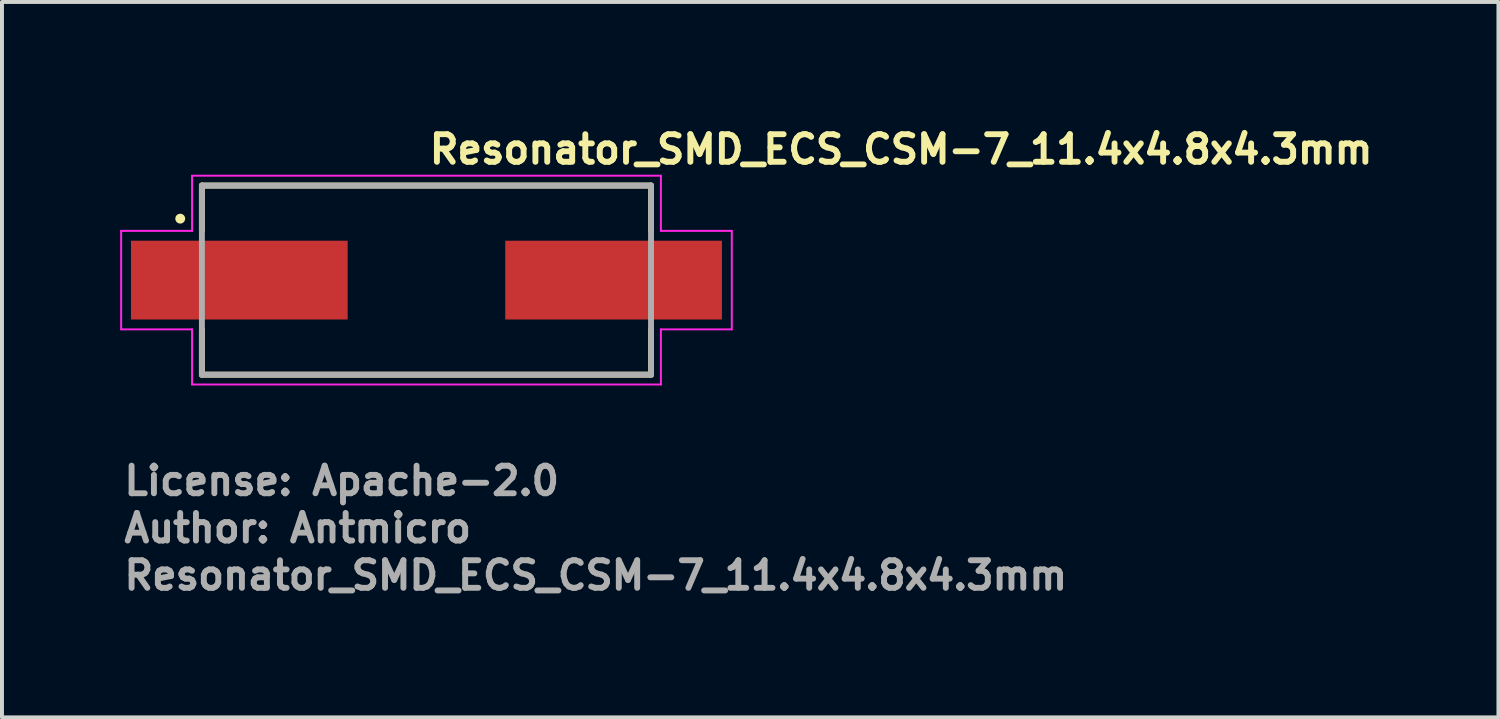
<source format=kicad_pcb>
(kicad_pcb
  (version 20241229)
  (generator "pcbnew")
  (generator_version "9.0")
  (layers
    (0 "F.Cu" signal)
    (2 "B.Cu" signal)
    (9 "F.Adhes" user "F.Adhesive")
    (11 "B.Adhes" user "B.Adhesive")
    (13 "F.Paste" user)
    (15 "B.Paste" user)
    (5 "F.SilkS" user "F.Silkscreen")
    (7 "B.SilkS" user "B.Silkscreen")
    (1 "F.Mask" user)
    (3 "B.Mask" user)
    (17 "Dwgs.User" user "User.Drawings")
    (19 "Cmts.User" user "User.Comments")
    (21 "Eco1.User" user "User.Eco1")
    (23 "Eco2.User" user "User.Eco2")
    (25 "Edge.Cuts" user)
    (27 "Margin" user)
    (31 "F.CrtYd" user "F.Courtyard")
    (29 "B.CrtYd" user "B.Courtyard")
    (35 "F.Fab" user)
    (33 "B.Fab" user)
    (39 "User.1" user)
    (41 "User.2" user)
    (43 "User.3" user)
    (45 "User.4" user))
  (footprint "Resonator_SMD_ECS_CSM-7_11.4x4.8x4.3mm"
    (layer "F.Cu")
    (at 7.775 4.05)
    (property "Reference" "Resonator_SMD_ECS_CSM-7_11.4x4.8x4.3mm" (at 0 -2.9 0) (layer "F.SilkS") (effects (font (size 0.7 0.7) (thickness 0.15)) (justify left bottom)))
    (attr smd)
    (fp_line (start -5.7 -2.39) (end 5.7 -2.39) (stroke (width 0.15) (type solid)) (layer "F.SilkS"))
    (fp_line (start -5.7 -1.244) (end -5.7 -2.39) (stroke (width 0.15) (type solid)) (layer "F.SilkS"))
    (fp_line (start -5.7 2.41) (end -5.7 1.264) (stroke (width 0.15) (type solid)) (layer "F.SilkS"))
    (fp_line (start 5.7 -2.39) (end 5.7 -1.244) (stroke (width 0.15) (type solid)) (layer "F.SilkS"))
    (fp_line (start 5.7 1.264) (end 5.7 2.41) (stroke (width 0.15) (type solid)) (layer "F.SilkS"))
    (fp_line (start 5.7 2.41) (end -5.7 2.41) (stroke (width 0.15) (type solid)) (layer "F.SilkS"))
    (fp_circle (center -6.25 -1.55) (end -6.2 -1.55) (stroke (width 0.15) (type solid)) (fill yes) (layer "F.SilkS"))
    (fp_line (start -7.75 -1.24) (end -5.95 -1.24) (stroke (width 0.05) (type solid)) (layer "F.CrtYd"))
    (fp_line (start -7.75 1.26) (end -7.75 -1.24) (stroke (width 0.05) (type solid)) (layer "F.CrtYd"))
    (fp_line (start -5.95 -2.64) (end 5.95 -2.64) (stroke (width 0.05) (type solid)) (layer "F.CrtYd"))
    (fp_line (start -5.95 -1.24) (end -5.95 -2.64) (stroke (width 0.05) (type solid)) (layer "F.CrtYd"))
    (fp_line (start -5.95 1.26) (end -7.75 1.26) (stroke (width 0.05) (type solid)) (layer "F.CrtYd"))
    (fp_line (start -5.95 2.66) (end -5.95 1.26) (stroke (width 0.05) (type solid)) (layer "F.CrtYd"))
    (fp_line (start 5.95 -2.64) (end 5.95 -1.24) (stroke (width 0.05) (type solid)) (layer "F.CrtYd"))
    (fp_line (start 5.95 -1.24) (end 7.75 -1.24) (stroke (width 0.05) (type solid)) (layer "F.CrtYd"))
    (fp_line (start 5.95 1.26) (end 5.95 2.66) (stroke (width 0.05) (type solid)) (layer "F.CrtYd"))
    (fp_line (start 5.95 2.66) (end -5.95 2.66) (stroke (width 0.05) (type solid)) (layer "F.CrtYd"))
    (fp_line (start 7.75 -1.24) (end 7.75 1.26) (stroke (width 0.05) (type solid)) (layer "F.CrtYd"))
    (fp_line (start 7.75 1.26) (end 5.95 1.26) (stroke (width 0.05) (type solid)) (layer "F.CrtYd"))
    (fp_line (start -5.7 -2.39) (end -5.7 2.41) (stroke (width 0.15) (type solid)) (layer "F.Fab"))
    (fp_line (start -5.7 2.41) (end 5.7 2.41) (stroke (width 0.15) (type solid)) (layer "F.Fab"))
    (fp_line (start 5.7 -2.39) (end -5.7 -2.39) (stroke (width 0.15) (type solid)) (layer "F.Fab"))
    (fp_line (start 5.7 2.41) (end 5.7 -2.39) (stroke (width 0.15) (type solid)) (layer "F.Fab"))
    (fp_rect (start -6.6 -2.4) (end 6.6 2.4) (stroke (width 0.1) (type solid)) (fill no) (layer "User.5"))
    (fp_line (start -6.6 -0.305) (end -5.7 -0.305) (stroke (width 0.02) (type solid)) (layer "User.9"))
    (fp_line (start -6.6 0.325) (end -6.6 -0.305) (stroke (width 0.02) (type solid)) (layer "User.9"))
    (fp_line (start -5.7 -2.4) (end 5.7 -2.4) (stroke (width 0.02) (type solid)) (layer "User.9"))
    (fp_line (start -5.7 0.325) (end -6.6 0.325) (stroke (width 0.02) (type solid)) (layer "User.9"))
    (fp_line (start -5.7 2.4) (end -5.7 -2.4) (stroke (width 0.02) (type solid)) (layer "User.9"))
    (fp_line (start -5.675 0) (end -5.675 0) (stroke (width 0.02) (type solid)) (layer "User.9"))
    (fp_line (start -5.675 0) (end -5.672 -0.118) (stroke (width 0.02) (type solid)) (layer "User.9"))
    (fp_line (start -5.672 -0.118) (end -5.664 -0.235) (stroke (width 0.02) (type solid)) (layer "User.9"))
    (fp_line (start -5.672 0.118) (end -5.675 0) (stroke (width 0.02) (type solid)) (layer "User.9"))
    (fp_line (start -5.664 -0.235) (end -5.649 -0.352) (stroke (width 0.02) (type solid)) (layer "User.9"))
    (fp_line (start -5.664 0.235) (end -5.672 0.118) (stroke (width 0.02) (type solid)) (layer "User.9"))
    (fp_line (start -5.649 -0.352) (end -5.629 -0.468) (stroke (width 0.02) (type solid)) (layer "User.9"))
    (fp_line (start -5.649 0.352) (end -5.664 0.235) (stroke (width 0.02) (type solid)) (layer "User.9"))
    (fp_line (start -5.629 -0.468) (end -5.603 -0.583) (stroke (width 0.02) (type solid)) (layer "User.9"))
    (fp_line (start -5.629 0.468) (end -5.649 0.352) (stroke (width 0.02) (type solid)) (layer "User.9"))
    (fp_line (start -5.603 -0.583) (end -5.572 -0.696) (stroke (width 0.02) (type solid)) (layer "User.9"))
    (fp_line (start -5.603 0.583) (end -5.629 0.468) (stroke (width 0.02) (type solid)) (layer "User.9"))
    (fp_line (start -5.572 -0.696) (end -5.534 -0.808) (stroke (width 0.02) (type solid)) (layer "User.9"))
    (fp_line (start -5.572 0.696) (end -5.603 0.583) (stroke (width 0.02) (type solid)) (layer "User.9"))
    (fp_line (start -5.534 -0.808) (end -5.492 -0.917) (stroke (width 0.02) (type solid)) (layer "User.9"))
    (fp_line (start -5.534 0.808) (end -5.572 0.696) (stroke (width 0.02) (type solid)) (layer "User.9"))
    (fp_line (start -5.492 -0.917) (end -5.444 -1.025) (stroke (width 0.02) (type solid)) (layer "User.9"))
    (fp_line (start -5.492 0.917) (end -5.534 0.808) (stroke (width 0.02) (type solid)) (layer "User.9"))
    (fp_line (start -5.444 -1.025) (end -5.392 -1.13) (stroke (width 0.02) (type solid)) (layer "User.9"))
    (fp_line (start -5.444 1.025) (end -5.492 0.917) (stroke (width 0.02) (type solid)) (layer "User.9"))
    (fp_line (start -5.392 -1.13) (end -5.334 -1.232) (stroke (width 0.02) (type solid)) (layer "User.9"))
    (fp_line (start -5.392 1.13) (end -5.444 1.025) (stroke (width 0.02) (type solid)) (layer "User.9"))
    (fp_line (start -5.334 -1.232) (end -5.271 -1.332) (stroke (width 0.02) (type solid)) (layer "User.9"))
    (fp_line (start -5.334 1.232) (end -5.392 1.13) (stroke (width 0.02) (type solid)) (layer "User.9"))
    (fp_line (start -5.271 -1.332) (end -5.203 -1.428) (stroke (width 0.02) (type solid)) (layer "User.9"))
    (fp_line (start -5.271 1.332) (end -5.334 1.232) (stroke (width 0.02) (type solid)) (layer "User.9"))
    (fp_line (start -5.216 -0.054) (end -5.214 -0.107) (stroke (width 0.02) (type solid)) (layer "User.9"))
    (fp_line (start -5.216 0) (end -5.216 -0.054) (stroke (width 0.02) (type solid)) (layer "User.9"))
    (fp_line (start -5.216 0) (end -5.211 -0.149) (stroke (width 0.02) (type solid)) (layer "User.9"))
    (fp_line (start -5.214 -0.107) (end -5.211 -0.16) (stroke (width 0.02) (type solid)) (layer "User.9"))
    (fp_line (start -5.213 0.121) (end -5.215 0.071) (stroke (width 0.02) (type solid)) (layer "User.9"))
    (fp_line (start -5.211 -0.16) (end -5.206 -0.213) (stroke (width 0.02) (type solid)) (layer "User.9"))
    (fp_line (start -5.211 -0.149) (end -5.197 -0.297) (stroke (width 0.02) (type solid)) (layer "User.9"))
    (fp_line (start -5.211 0.149) (end -5.216 0) (stroke (width 0.02) (type solid)) (layer "User.9"))
    (fp_line (start -5.21 0.171) (end -5.213 0.121) (stroke (width 0.02) (type solid)) (layer "User.9"))
    (fp_line (start -5.206 -0.213) (end -5.201 -0.266) (stroke (width 0.02) (type solid)) (layer "User.9"))
    (fp_line (start -5.206 0.221) (end -5.21 0.171) (stroke (width 0.02) (type solid)) (layer "User.9"))
    (fp_line (start -5.203 -1.428) (end -5.131 -1.521) (stroke (width 0.02) (type solid)) (layer "User.9"))
    (fp_line (start -5.203 1.428) (end -5.271 1.332) (stroke (width 0.02) (type solid)) (layer "User.9"))
    (fp_line (start -5.201 -0.266) (end -5.194 -0.319) (stroke (width 0.02) (type solid)) (layer "User.9"))
    (fp_line (start -5.2 0.27) (end -5.206 0.221) (stroke (width 0.02) (type solid)) (layer "User.9"))
    (fp_line (start -5.197 -0.297) (end -5.173 -0.445) (stroke (width 0.02) (type solid)) (layer "User.9"))
    (fp_line (start -5.197 0.297) (end -5.211 0.149) (stroke (width 0.02) (type solid)) (layer "User.9"))
    (fp_line (start -5.194 -0.319) (end -5.186 -0.371) (stroke (width 0.02) (type solid)) (layer "User.9"))
    (fp_line (start -5.194 0.319) (end -5.2 0.27) (stroke (width 0.02) (type solid)) (layer "User.9"))
    (fp_line (start -5.187 0.368) (end -5.194 0.319) (stroke (width 0.02) (type solid)) (layer "User.9"))
    (fp_line (start -5.186 -0.371) (end -5.177 -0.423) (stroke (width 0.02) (type solid)) (layer "User.9"))
    (fp_line (start -5.178 0.417) (end -5.187 0.368) (stroke (width 0.02) (type solid)) (layer "User.9"))
    (fp_line (start -5.177 -0.423) (end -5.167 -0.475) (stroke (width 0.02) (type solid)) (layer "User.9"))
    (fp_line (start -5.173 -0.445) (end -5.139 -0.59) (stroke (width 0.02) (type solid)) (layer "User.9"))
    (fp_line (start -5.173 0.445) (end -5.197 0.297) (stroke (width 0.02) (type solid)) (layer "User.9"))
    (fp_line (start -5.169 0.466) (end -5.178 0.417) (stroke (width 0.02) (type solid)) (layer "User.9"))
    (fp_line (start -5.167 -0.475) (end -5.155 -0.527) (stroke (width 0.02) (type solid)) (layer "User.9"))
    (fp_line (start -5.158 0.514) (end -5.169 0.466) (stroke (width 0.02) (type solid)) (layer "User.9"))
    (fp_line (start -5.155 -0.527) (end -5.143 -0.578) (stroke (width 0.02) (type solid)) (layer "User.9"))
    (fp_line (start -5.147 0.562) (end -5.158 0.514) (stroke (width 0.02) (type solid)) (layer "User.9"))
    (fp_line (start -5.143 -0.578) (end -5.129 -0.629) (stroke (width 0.02) (type solid)) (layer "User.9"))
    (fp_line (start -5.139 -0.59) (end -5.096 -0.734) (stroke (width 0.02) (type solid)) (layer "User.9"))
    (fp_line (start -5.139 0.59) (end -5.173 0.445) (stroke (width 0.02) (type solid)) (layer "User.9"))
    (fp_line (start -5.134 0.61) (end -5.147 0.562) (stroke (width 0.02) (type solid)) (layer "User.9"))
    (fp_line (start -5.131 -1.521) (end -5.054 -1.61) (stroke (width 0.02) (type solid)) (layer "User.9"))
    (fp_line (start -5.131 1.521) (end -5.203 1.428) (stroke (width 0.02) (type solid)) (layer "User.9"))
    (fp_line (start -5.129 -0.629) (end -5.113 -0.68) (stroke (width 0.02) (type solid)) (layer "User.9"))
    (fp_line (start -5.12 0.658) (end -5.134 0.61) (stroke (width 0.02) (type solid)) (layer "User.9"))
    (fp_line (start -5.113 -0.68) (end -5.097 -0.731) (stroke (width 0.02) (type solid)) (layer "User.9"))
    (fp_line (start -5.105 0.705) (end -5.12 0.658) (stroke (width 0.02) (type solid)) (layer "User.9"))
    (fp_line (start -5.097 -0.731) (end -5.079 -0.781) (stroke (width 0.02) (type solid)) (layer "User.9"))
    (fp_line (start -5.096 -0.734) (end -5.043 -0.876) (stroke (width 0.02) (type solid)) (layer "User.9"))
    (fp_line (start -5.096 0.734) (end -5.139 0.59) (stroke (width 0.02) (type solid)) (layer "User.9"))
    (fp_line (start -5.09 0.753) (end -5.105 0.705) (stroke (width 0.02) (type solid)) (layer "User.9"))
    (fp_line (start -5.079 -0.781) (end -5.061 -0.832) (stroke (width 0.02) (type solid)) (layer "User.9"))
    (fp_line (start -5.073 0.8) (end -5.09 0.753) (stroke (width 0.02) (type solid)) (layer "User.9"))
    (fp_line (start -5.055 -0.847) (end -5.034 -0.898) (stroke (width 0.02) (type solid)) (layer "User.9"))
    (fp_line (start -5.055 0.847) (end -5.073 0.8) (stroke (width 0.02) (type solid)) (layer "User.9"))
    (fp_line (start -5.054 -1.61) (end -4.973 -1.695) (stroke (width 0.02) (type solid)) (layer "User.9"))
    (fp_line (start -5.054 1.61) (end -5.131 1.521) (stroke (width 0.02) (type solid)) (layer "User.9"))
    (fp_line (start -5.043 -0.876) (end -4.98 -1.015) (stroke (width 0.02) (type solid)) (layer "User.9"))
    (fp_line (start -5.043 0.876) (end -5.096 0.734) (stroke (width 0.02) (type solid)) (layer "User.9"))
    (fp_line (start -5.034 -0.898) (end -5.011 -0.949) (stroke (width 0.02) (type solid)) (layer "User.9"))
    (fp_line (start -5.012 0.947) (end -5.035 0.896) (stroke (width 0.02) (type solid)) (layer "User.9"))
    (fp_line (start -5.011 -0.949) (end -4.988 -0.999) (stroke (width 0.02) (type solid)) (layer "User.9"))
    (fp_line (start -4.989 0.998) (end -5.012 0.947) (stroke (width 0.02) (type solid)) (layer "User.9"))
    (fp_line (start -4.988 -0.999) (end -4.964 -1.048) (stroke (width 0.02) (type solid)) (layer "User.9"))
    (fp_line (start -4.98 -1.015) (end -4.908 -1.15) (stroke (width 0.02) (type solid)) (layer "User.9"))
    (fp_line (start -4.98 1.015) (end -5.043 0.876) (stroke (width 0.02) (type solid)) (layer "User.9"))
    (fp_line (start -4.973 -1.695) (end -4.973 -1.695) (stroke (width 0.02) (type solid)) (layer "User.9"))
    (fp_line (start -4.973 -1.695) (end -4.888 -1.777) (stroke (width 0.02) (type solid)) (layer "User.9"))
    (fp_line (start -4.973 1.695) (end -5.054 1.61) (stroke (width 0.02) (type solid)) (layer "User.9"))
    (fp_line (start -4.973 1.695) (end -4.973 1.695) (stroke (width 0.02) (type solid)) (layer "User.9"))
    (fp_line (start -4.964 -1.048) (end -4.938 -1.097) (stroke (width 0.02) (type solid)) (layer "User.9"))
    (fp_line (start -4.964 1.047) (end -4.989 0.998) (stroke (width 0.02) (type solid)) (layer "User.9"))
    (fp_line (start -4.938 -1.097) (end -4.911 -1.145) (stroke (width 0.02) (type solid)) (layer "User.9"))
    (fp_line (start -4.938 1.096) (end -4.964 1.047) (stroke (width 0.02) (type solid)) (layer "User.9"))
    (fp_line (start -4.916 0) (end -4.916 0) (stroke (width 0.02) (type solid)) (layer "User.9"))
    (fp_line (start -4.916 0) (end -4.914 -0.098) (stroke (width 0.02) (type solid)) (layer "User.9"))
    (fp_line (start -4.915 0.062) (end -4.916 0) (stroke (width 0.02) (type solid)) (layer "User.9"))
    (fp_line (start -4.914 -0.098) (end -4.907 -0.196) (stroke (width 0.02) (type solid)) (layer "User.9"))
    (fp_line (start -4.912 0.124) (end -4.915 0.062) (stroke (width 0.02) (type solid)) (layer "User.9"))
    (fp_line (start -4.912 1.145) (end -4.938 1.096) (stroke (width 0.02) (type solid)) (layer "User.9"))
    (fp_line (start -4.911 -1.145) (end -4.884 -1.192) (stroke (width 0.02) (type solid)) (layer "User.9"))
    (fp_line (start -4.908 -1.15) (end -4.908 -1.15) (stroke (width 0.02) (type solid)) (layer "User.9"))
    (fp_line (start -4.908 -1.15) (end -4.869 -1.216) (stroke (width 0.02) (type solid)) (layer "User.9"))
    (fp_line (start -4.908 1.15) (end -4.98 1.015) (stroke (width 0.02) (type solid)) (layer "User.9"))
    (fp_line (start -4.908 1.15) (end -4.908 1.15) (stroke (width 0.02) (type solid)) (layer "User.9"))
    (fp_line (start -4.907 -0.196) (end -4.895 -0.294) (stroke (width 0.02) (type solid)) (layer "User.9"))
    (fp_line (start -4.907 0.186) (end -4.912 0.124) (stroke (width 0.02) (type solid)) (layer "User.9"))
    (fp_line (start -4.901 0.248) (end -4.907 0.186) (stroke (width 0.02) (type solid)) (layer "User.9"))
    (fp_line (start -4.895 -0.294) (end -4.878 -0.39) (stroke (width 0.02) (type solid)) (layer "User.9"))
    (fp_line (start -4.892 0.31) (end -4.901 0.248) (stroke (width 0.02) (type solid)) (layer "User.9"))
    (fp_line (start -4.888 -1.777) (end -4.799 -1.854) (stroke (width 0.02) (type solid)) (layer "User.9"))
    (fp_line (start -4.888 1.777) (end -4.973 1.695) (stroke (width 0.02) (type solid)) (layer "User.9"))
    (fp_line (start -4.884 -1.192) (end -4.855 -1.239) (stroke (width 0.02) (type solid)) (layer "User.9"))
    (fp_line (start -4.884 1.192) (end -4.912 1.145) (stroke (width 0.02) (type solid)) (layer "User.9"))
    (fp_line (start -4.881 0.371) (end -4.892 0.31) (stroke (width 0.02) (type solid)) (layer "User.9"))
    (fp_line (start -4.878 -0.39) (end -4.856 -0.486) (stroke (width 0.02) (type solid)) (layer "User.9"))
    (fp_line (start -4.869 -1.216) (end -4.827 -1.28) (stroke (width 0.02) (type solid)) (layer "User.9"))
    (fp_line (start -4.869 0.432) (end -4.881 0.371) (stroke (width 0.02) (type solid)) (layer "User.9"))
    (fp_line (start -4.856 -0.486) (end -4.83 -0.581) (stroke (width 0.02) (type solid)) (layer "User.9"))
    (fp_line (start -4.855 -1.239) (end -4.825 -1.284) (stroke (width 0.02) (type solid)) (layer "User.9"))
    (fp_line (start -4.855 0.492) (end -4.869 0.432) (stroke (width 0.02) (type solid)) (layer "User.9"))
    (fp_line (start -4.855 0.492) (end -4.855 0.492) (stroke (width 0.02) (type solid)) (layer "User.9"))
    (fp_line (start -4.854 1.239) (end -4.884 1.192) (stroke (width 0.02) (type solid)) (layer "User.9"))
    (fp_line (start -4.847 0.52) (end -4.855 0.492) (stroke (width 0.02) (type solid)) (layer "User.9"))
    (fp_line (start -4.84 0.546) (end -4.847 0.52) (stroke (width 0.02) (type solid)) (layer "User.9"))
    (fp_line (start -4.833 0.571) (end -4.84 0.546) (stroke (width 0.02) (type solid)) (layer "User.9"))
    (fp_line (start -4.83 -0.581) (end -4.799 -0.674) (stroke (width 0.02) (type solid)) (layer "User.9"))
    (fp_line (start -4.827 -1.28) (end -4.784 -1.343) (stroke (width 0.02) (type solid)) (layer "User.9"))
    (fp_line (start -4.827 1.28) (end -4.908 1.15) (stroke (width 0.02) (type solid)) (layer "User.9"))
    (fp_line (start -4.826 0.593) (end -4.833 0.571) (stroke (width 0.02) (type solid)) (layer "User.9"))
    (fp_line (start -4.825 -1.284) (end -4.794 -1.329) (stroke (width 0.02) (type solid)) (layer "User.9"))
    (fp_line (start -4.824 1.285) (end -4.854 1.239) (stroke (width 0.02) (type solid)) (layer "User.9"))
    (fp_line (start -4.82 0.614) (end -4.826 0.593) (stroke (width 0.02) (type solid)) (layer "User.9"))
    (fp_line (start -4.814 0.633) (end -4.82 0.614) (stroke (width 0.02) (type solid)) (layer "User.9"))
    (fp_line (start -4.808 0.649) (end -4.814 0.633) (stroke (width 0.02) (type solid)) (layer "User.9"))
    (fp_line (start -4.803 0.665) (end -4.808 0.649) (stroke (width 0.02) (type solid)) (layer "User.9"))
    (fp_line (start -4.799 -1.854) (end -4.706 -1.926) (stroke (width 0.02) (type solid)) (layer "User.9"))
    (fp_line (start -4.799 -0.674) (end -4.764 -0.765) (stroke (width 0.02) (type solid)) (layer "User.9"))
    (fp_line (start -4.799 1.854) (end -4.888 1.777) (stroke (width 0.02) (type solid)) (layer "User.9"))
    (fp_line (start -4.794 -1.329) (end -4.761 -1.374) (stroke (width 0.02) (type solid)) (layer "User.9"))
    (fp_line (start -4.794 0.689) (end -4.803 0.665) (stroke (width 0.02) (type solid)) (layer "User.9"))
    (fp_line (start -4.793 1.33) (end -4.824 1.285) (stroke (width 0.02) (type solid)) (layer "User.9"))
    (fp_line (start -4.787 0.707) (end -4.794 0.689) (stroke (width 0.02) (type solid)) (layer "User.9"))
    (fp_line (start -4.784 -1.343) (end -4.738 -1.404) (stroke (width 0.02) (type solid)) (layer "User.9"))
    (fp_line (start -4.783 0.718) (end -4.787 0.707) (stroke (width 0.02) (type solid)) (layer "User.9"))
    (fp_line (start -4.781 0.722) (end -4.783 0.718) (stroke (width 0.02) (type solid)) (layer "User.9"))
    (fp_line (start -4.781 0.722) (end -4.781 0.722) (stroke (width 0.02) (type solid)) (layer "User.9"))
    (fp_line (start -4.77 0.75) (end -4.781 0.722) (stroke (width 0.02) (type solid)) (layer "User.9"))
    (fp_line (start -4.764 -0.765) (end -4.724 -0.855) (stroke (width 0.02) (type solid)) (layer "User.9"))
    (fp_line (start -4.761 -1.374) (end -4.728 -1.417) (stroke (width 0.02) (type solid)) (layer "User.9"))
    (fp_line (start -4.761 1.375) (end -4.793 1.33) (stroke (width 0.02) (type solid)) (layer "User.9"))
    (fp_line (start -4.759 0.778) (end -4.77 0.75) (stroke (width 0.02) (type solid)) (layer "User.9"))
    (fp_line (start -4.747 0.805) (end -4.759 0.778) (stroke (width 0.02) (type solid)) (layer "User.9"))
    (fp_line (start -4.738 -1.404) (end -4.691 -1.463) (stroke (width 0.02) (type solid)) (layer "User.9"))
    (fp_line (start -4.738 1.404) (end -4.827 1.28) (stroke (width 0.02) (type solid)) (layer "User.9"))
    (fp_line (start -4.734 0.833) (end -4.747 0.805) (stroke (width 0.02) (type solid)) (layer "User.9"))
    (fp_line (start -4.728 -1.417) (end -4.694 -1.46) (stroke (width 0.02) (type solid)) (layer "User.9"))
    (fp_line (start -4.727 1.419) (end -4.761 1.375) (stroke (width 0.02) (type solid)) (layer "User.9"))
    (fp_line (start -4.724 -0.855) (end -4.68 -0.943) (stroke (width 0.02) (type solid)) (layer "User.9"))
    (fp_line (start -4.721 0.86) (end -4.734 0.833) (stroke (width 0.02) (type solid)) (layer "User.9"))
    (fp_line (start -4.708 0.887) (end -4.721 0.86) (stroke (width 0.02) (type solid)) (layer "User.9"))
    (fp_line (start -4.706 -1.926) (end -4.609 -1.994) (stroke (width 0.02) (type solid)) (layer "User.9"))
    (fp_line (start -4.706 1.926) (end -4.799 1.854) (stroke (width 0.02) (type solid)) (layer "User.9"))
    (fp_line (start -4.695 0.914) (end -4.708 0.887) (stroke (width 0.02) (type solid)) (layer "User.9"))
    (fp_line (start -4.694 -1.46) (end -4.658 -1.502) (stroke (width 0.02) (type solid)) (layer "User.9"))
    (fp_line (start -4.692 1.462) (end -4.727 1.419) (stroke (width 0.02) (type solid)) (layer "User.9"))
    (fp_line (start -4.691 -1.463) (end -4.642 -1.52) (stroke (width 0.02) (type solid)) (layer "User.9"))
    (fp_line (start -4.681 0.941) (end -4.695 0.914) (stroke (width 0.02) (type solid)) (layer "User.9"))
    (fp_line (start -4.681 0.941) (end -4.681 0.941) (stroke (width 0.02) (type solid)) (layer "User.9"))
    (fp_line (start -4.68 -0.943) (end -4.632 -1.028) (stroke (width 0.02) (type solid)) (layer "User.9"))
    (fp_line (start -4.658 -1.502) (end -4.621 -1.544) (stroke (width 0.02) (type solid)) (layer "User.9"))
    (fp_line (start -4.657 1.504) (end -4.692 1.462) (stroke (width 0.02) (type solid)) (layer "User.9"))
    (fp_line (start -4.655 0.989) (end -4.681 0.941) (stroke (width 0.02) (type solid)) (layer "User.9"))
    (fp_line (start -4.642 -1.52) (end -4.591 -1.576) (stroke (width 0.02) (type solid)) (layer "User.9"))
    (fp_line (start -4.642 1.52) (end -4.738 1.404) (stroke (width 0.02) (type solid)) (layer "User.9"))
    (fp_line (start -4.632 -1.028) (end -4.579 -1.111) (stroke (width 0.02) (type solid)) (layer "User.9"))
    (fp_line (start -4.627 1.036) (end -4.655 0.989) (stroke (width 0.02) (type solid)) (layer "User.9"))
    (fp_line (start -4.621 -1.544) (end -4.584 -1.584) (stroke (width 0.02) (type solid)) (layer "User.9"))
    (fp_line (start -4.62 1.546) (end -4.657 1.504) (stroke (width 0.02) (type solid)) (layer "User.9"))
    (fp_line (start -4.609 -1.994) (end -4.51 -2.056) (stroke (width 0.02) (type solid)) (layer "User.9"))
    (fp_line (start -4.609 1.994) (end -4.706 1.926) (stroke (width 0.02) (type solid)) (layer "User.9"))
    (fp_line (start -4.598 1.083) (end -4.627 1.036) (stroke (width 0.02) (type solid)) (layer "User.9"))
    (fp_line (start -4.591 -1.576) (end -4.539 -1.63) (stroke (width 0.02) (type solid)) (layer "User.9"))
    (fp_line (start -4.582 1.586) (end -4.62 1.546) (stroke (width 0.02) (type solid)) (layer "User.9"))
    (fp_line (start -4.579 -1.111) (end -4.523 -1.192) (stroke (width 0.02) (type solid)) (layer "User.9"))
    (fp_line (start -4.568 1.128) (end -4.598 1.083) (stroke (width 0.02) (type solid)) (layer "User.9"))
    (fp_line (start -4.543 -1.626) (end -4.503 -1.665) (stroke (width 0.02) (type solid)) (layer "User.9"))
    (fp_line (start -4.543 1.626) (end -4.582 1.586) (stroke (width 0.02) (type solid)) (layer "User.9"))
    (fp_line (start -4.539 -1.63) (end -4.485 -1.682) (stroke (width 0.02) (type solid)) (layer "User.9"))
    (fp_line (start -4.539 1.63) (end -4.642 1.52) (stroke (width 0.02) (type solid)) (layer "User.9"))
    (fp_line (start -4.537 1.173) (end -4.568 1.128) (stroke (width 0.02) (type solid)) (layer "User.9"))
    (fp_line (start -4.523 -1.192) (end -4.463 -1.269) (stroke (width 0.02) (type solid)) (layer "User.9"))
    (fp_line (start -4.51 -2.056) (end -4.408 -2.114) (stroke (width 0.02) (type solid)) (layer "User.9"))
    (fp_line (start -4.51 2.056) (end -4.609 1.994) (stroke (width 0.02) (type solid)) (layer "User.9"))
    (fp_line (start -4.504 1.217) (end -4.537 1.173) (stroke (width 0.02) (type solid)) (layer "User.9"))
    (fp_line (start -4.503 -1.665) (end -4.462 -1.703) (stroke (width 0.02) (type solid)) (layer "User.9"))
    (fp_line (start -4.485 -1.682) (end -4.43 -1.732) (stroke (width 0.02) (type solid)) (layer "User.9"))
    (fp_line (start -4.47 1.26) (end -4.504 1.217) (stroke (width 0.02) (type solid)) (layer "User.9"))
    (fp_line (start -4.463 -1.269) (end -4.398 -1.343) (stroke (width 0.02) (type solid)) (layer "User.9"))
    (fp_line (start -4.462 -1.703) (end -4.42 -1.74) (stroke (width 0.02) (type solid)) (layer "User.9"))
    (fp_line (start -4.46 1.705) (end -4.5 1.667) (stroke (width 0.02) (type solid)) (layer "User.9"))
    (fp_line (start -4.435 1.302) (end -4.47 1.26) (stroke (width 0.02) (type solid)) (layer "User.9"))
    (fp_line (start -4.43 -1.732) (end -4.372 -1.78) (stroke (width 0.02) (type solid)) (layer "User.9"))
    (fp_line (start -4.43 1.732) (end -4.539 1.63) (stroke (width 0.02) (type solid)) (layer "User.9"))
    (fp_line (start -4.42 -1.74) (end -4.378 -1.776) (stroke (width 0.02) (type solid)) (layer "User.9"))
    (fp_line (start -4.418 1.742) (end -4.46 1.705) (stroke (width 0.02) (type solid)) (layer "User.9"))
    (fp_line (start -4.408 -2.114) (end -4.302 -2.167) (stroke (width 0.02) (type solid)) (layer "User.9"))
    (fp_line (start -4.408 2.114) (end -4.51 2.056) (stroke (width 0.02) (type solid)) (layer "User.9"))
    (fp_line (start -4.399 1.343) (end -4.435 1.302) (stroke (width 0.02) (type solid)) (layer "User.9"))
    (fp_line (start -4.398 -1.343) (end -4.331 -1.414) (stroke (width 0.02) (type solid)) (layer "User.9"))
    (fp_line (start -4.378 -1.776) (end -4.335 -1.811) (stroke (width 0.02) (type solid)) (layer "User.9"))
    (fp_line (start -4.376 1.777) (end -4.418 1.742) (stroke (width 0.02) (type solid)) (layer "User.9"))
    (fp_line (start -4.372 -1.78) (end -4.314 -1.827) (stroke (width 0.02) (type solid)) (layer "User.9"))
    (fp_line (start -4.362 1.383) (end -4.399 1.343) (stroke (width 0.02) (type solid)) (layer "User.9"))
    (fp_line (start -4.335 -1.811) (end -4.291 -1.844) (stroke (width 0.02) (type solid)) (layer "User.9"))
    (fp_line (start -4.333 1.812) (end -4.376 1.777) (stroke (width 0.02) (type solid)) (layer "User.9"))
    (fp_line (start -4.331 -1.414) (end -4.331 -1.414) (stroke (width 0.02) (type solid)) (layer "User.9"))
    (fp_line (start -4.331 -1.414) (end -4.26 -1.482) (stroke (width 0.02) (type solid)) (layer "User.9"))
    (fp_line (start -4.323 1.422) (end -4.362 1.383) (stroke (width 0.02) (type solid)) (layer "User.9"))
    (fp_line (start -4.314 -1.827) (end -4.254 -1.871) (stroke (width 0.02) (type solid)) (layer "User.9"))
    (fp_line (start -4.314 1.827) (end -4.43 1.732) (stroke (width 0.02) (type solid)) (layer "User.9"))
    (fp_line (start -4.302 -2.167) (end -4.195 -2.215) (stroke (width 0.02) (type solid)) (layer "User.9"))
    (fp_line (start -4.302 2.167) (end -4.408 2.114) (stroke (width 0.02) (type solid)) (layer "User.9"))
    (fp_line (start -4.291 -1.844) (end -4.247 -1.877) (stroke (width 0.02) (type solid)) (layer "User.9"))
    (fp_line (start -4.29 1.845) (end -4.333 1.812) (stroke (width 0.02) (type solid)) (layer "User.9"))
    (fp_line (start -4.284 1.459) (end -4.323 1.422) (stroke (width 0.02) (type solid)) (layer "User.9"))
    (fp_line (start -4.26 -1.482) (end -4.185 -1.546) (stroke (width 0.02) (type solid)) (layer "User.9"))
    (fp_line (start -4.254 -1.871) (end -4.193 -1.913) (stroke (width 0.02) (type solid)) (layer "User.9"))
    (fp_line (start -4.247 -1.877) (end -4.201 -1.908) (stroke (width 0.02) (type solid)) (layer "User.9"))
    (fp_line (start -4.246 1.877) (end -4.29 1.845) (stroke (width 0.02) (type solid)) (layer "User.9"))
    (fp_line (start -4.243 1.496) (end -4.284 1.459) (stroke (width 0.02) (type solid)) (layer "User.9"))
    (fp_line (start -4.202 1.532) (end -4.243 1.496) (stroke (width 0.02) (type solid)) (layer "User.9"))
    (fp_line (start -4.201 -1.908) (end -4.155 -1.938) (stroke (width 0.02) (type solid)) (layer "User.9"))
    (fp_line (start -4.201 1.908) (end -4.246 1.877) (stroke (width 0.02) (type solid)) (layer "User.9"))
    (fp_line (start -4.195 -2.215) (end -4.085 -2.257) (stroke (width 0.02) (type solid)) (layer "User.9"))
    (fp_line (start -4.195 2.215) (end -4.302 2.167) (stroke (width 0.02) (type solid)) (layer "User.9"))
    (fp_line (start -4.193 -1.913) (end -4.13 -1.954) (stroke (width 0.02) (type solid)) (layer "User.9"))
    (fp_line (start -4.193 1.913) (end -4.314 1.827) (stroke (width 0.02) (type solid)) (layer "User.9"))
    (fp_line (start -4.185 -1.546) (end -4.108 -1.607) (stroke (width 0.02) (type solid)) (layer "User.9"))
    (fp_line (start -4.16 1.567) (end -4.202 1.532) (stroke (width 0.02) (type solid)) (layer "User.9"))
    (fp_line (start -4.155 -1.938) (end -4.108 -1.967) (stroke (width 0.02) (type solid)) (layer "User.9"))
    (fp_line (start -4.155 1.938) (end -4.201 1.908) (stroke (width 0.02) (type solid)) (layer "User.9"))
    (fp_line (start -4.13 -1.954) (end -4.066 -1.992) (stroke (width 0.02) (type solid)) (layer "User.9"))
    (fp_line (start -4.116 1.6) (end -4.16 1.567) (stroke (width 0.02) (type solid)) (layer "User.9"))
    (fp_line (start -4.116 1.6) (end -4.116 1.6) (stroke (width 0.02) (type solid)) (layer "User.9"))
    (fp_line (start -4.108 -1.967) (end -4.061 -1.995) (stroke (width 0.02) (type solid)) (layer "User.9"))
    (fp_line (start -4.108 -1.607) (end -4.027 -1.663) (stroke (width 0.02) (type solid)) (layer "User.9"))
    (fp_line (start -4.108 1.967) (end -4.155 1.938) (stroke (width 0.02) (type solid)) (layer "User.9"))
    (fp_line (start -4.085 -2.257) (end -3.973 -2.294) (stroke (width 0.02) (type solid)) (layer "User.9"))
    (fp_line (start -4.085 2.257) (end -4.195 2.215) (stroke (width 0.02) (type solid)) (layer "User.9"))
    (fp_line (start -4.066 -1.992) (end -4.001 -2.028) (stroke (width 0.02) (type solid)) (layer "User.9"))
    (fp_line (start -4.066 1.992) (end -4.193 1.913) (stroke (width 0.02) (type solid)) (layer "User.9"))
    (fp_line (start -4.061 -1.995) (end -4.013 -2.022) (stroke (width 0.02) (type solid)) (layer "User.9"))
    (fp_line (start -4.061 1.995) (end -4.108 1.967) (stroke (width 0.02) (type solid)) (layer "User.9"))
    (fp_line (start -4.051 1.647) (end -4.116 1.6) (stroke (width 0.02) (type solid)) (layer "User.9"))
    (fp_line (start -4.027 -1.663) (end -3.944 -1.716) (stroke (width 0.02) (type solid)) (layer "User.9"))
    (fp_line (start -4.013 -2.022) (end -3.964 -2.048) (stroke (width 0.02) (type solid)) (layer "User.9"))
    (fp_line (start -4.013 2.022) (end -4.061 1.995) (stroke (width 0.02) (type solid)) (layer "User.9"))
    (fp_line (start -4.001 -2.028) (end -3.935 -2.062) (stroke (width 0.02) (type solid)) (layer "User.9"))
    (fp_line (start -3.984 1.691) (end -4.051 1.647) (stroke (width 0.02) (type solid)) (layer "User.9"))
    (fp_line (start -3.973 -2.294) (end -3.86 -2.326) (stroke (width 0.02) (type solid)) (layer "User.9"))
    (fp_line (start -3.973 2.294) (end -4.085 2.257) (stroke (width 0.02) (type solid)) (layer "User.9"))
    (fp_line (start -3.965 2.047) (end -4.013 2.022) (stroke (width 0.02) (type solid)) (layer "User.9"))
    (fp_line (start -3.964 -2.048) (end -3.914 -2.073) (stroke (width 0.02) (type solid)) (layer "User.9"))
    (fp_line (start -3.944 -1.716) (end -3.859 -1.764) (stroke (width 0.02) (type solid)) (layer "User.9"))
    (fp_line (start -3.935 -2.062) (end -3.868 -2.094) (stroke (width 0.02) (type solid)) (layer "User.9"))
    (fp_line (start -3.935 2.062) (end -4.066 1.992) (stroke (width 0.02) (type solid)) (layer "User.9"))
    (fp_line (start -3.915 1.733) (end -3.984 1.691) (stroke (width 0.02) (type solid)) (layer "User.9"))
    (fp_line (start -3.915 2.072) (end -3.965 2.047) (stroke (width 0.02) (type solid)) (layer "User.9"))
    (fp_line (start -3.914 -2.073) (end -3.863 -2.096) (stroke (width 0.02) (type solid)) (layer "User.9"))
    (fp_line (start -3.868 -2.094) (end -3.799 -2.124) (stroke (width 0.02) (type solid)) (layer "User.9"))
    (fp_line (start -3.865 2.095) (end -3.915 2.072) (stroke (width 0.02) (type solid)) (layer "User.9"))
    (fp_line (start -3.863 -2.096) (end -3.812 -2.118) (stroke (width 0.02) (type solid)) (layer "User.9"))
    (fp_line (start -3.86 -2.326) (end -3.745 -2.352) (stroke (width 0.02) (type solid)) (layer "User.9"))
    (fp_line (start -3.86 2.326) (end -3.973 2.294) (stroke (width 0.02) (type solid)) (layer "User.9"))
    (fp_line (start -3.859 -1.764) (end -3.771 -1.808) (stroke (width 0.02) (type solid)) (layer "User.9"))
    (fp_line (start -3.844 1.772) (end -3.915 1.733) (stroke (width 0.02) (type solid)) (layer "User.9"))
    (fp_line (start -3.814 2.117) (end -3.865 2.095) (stroke (width 0.02) (type solid)) (layer "User.9"))
    (fp_line (start -3.799 -2.124) (end -3.73 -2.151) (stroke (width 0.02) (type solid)) (layer "User.9"))
    (fp_line (start -3.799 2.124) (end -3.935 2.062) (stroke (width 0.02) (type solid)) (layer "User.9"))
    (fp_line (start -3.772 1.807) (end -3.844 1.772) (stroke (width 0.02) (type solid)) (layer "User.9"))
    (fp_line (start -3.771 -1.808) (end -3.681 -1.848) (stroke (width 0.02) (type solid)) (layer "User.9"))
    (fp_line (start -3.763 -2.139) (end -3.712 -2.158) (stroke (width 0.02) (type solid)) (layer "User.9"))
    (fp_line (start -3.763 2.139) (end -3.814 2.117) (stroke (width 0.02) (type solid)) (layer "User.9"))
    (fp_line (start -3.745 -2.352) (end -3.629 -2.372) (stroke (width 0.02) (type solid)) (layer "User.9"))
    (fp_line (start -3.745 2.352) (end -3.86 2.326) (stroke (width 0.02) (type solid)) (layer "User.9"))
    (fp_line (start -3.73 -2.151) (end -3.66 -2.177) (stroke (width 0.02) (type solid)) (layer "User.9"))
    (fp_line (start -3.712 -2.158) (end -3.66 -2.176) (stroke (width 0.02) (type solid)) (layer "User.9"))
    (fp_line (start -3.699 1.84) (end -3.772 1.807) (stroke (width 0.02) (type solid)) (layer "User.9"))
    (fp_line (start -3.697 2.163) (end -3.748 2.145) (stroke (width 0.02) (type solid)) (layer "User.9"))
    (fp_line (start -3.681 -1.848) (end -3.59 -1.883) (stroke (width 0.02) (type solid)) (layer "User.9"))
    (fp_line (start -3.66 -2.177) (end -3.588 -2.2) (stroke (width 0.02) (type solid)) (layer "User.9"))
    (fp_line (start -3.66 -2.176) (end -3.609 -2.193) (stroke (width 0.02) (type solid)) (layer "User.9"))
    (fp_line (start -3.66 2.177) (end -3.799 2.124) (stroke (width 0.02) (type solid)) (layer "User.9"))
    (fp_line (start -3.647 2.181) (end -3.697 2.163) (stroke (width 0.02) (type solid)) (layer "User.9"))
    (fp_line (start -3.629 -2.372) (end -3.513 -2.386) (stroke (width 0.02) (type solid)) (layer "User.9"))
    (fp_line (start -3.629 2.372) (end -3.745 2.352) (stroke (width 0.02) (type solid)) (layer "User.9"))
    (fp_line (start -3.624 1.87) (end -3.699 1.84) (stroke (width 0.02) (type solid)) (layer "User.9"))
    (fp_line (start -3.609 -2.193) (end -3.557 -2.209) (stroke (width 0.02) (type solid)) (layer "User.9"))
    (fp_line (start -3.596 2.197) (end -3.647 2.181) (stroke (width 0.02) (type solid)) (layer "User.9"))
    (fp_line (start -3.59 -1.883) (end -3.497 -1.914) (stroke (width 0.02) (type solid)) (layer "User.9"))
    (fp_line (start -3.588 -2.2) (end -3.516 -2.22) (stroke (width 0.02) (type solid)) (layer "User.9"))
    (fp_line (start -3.557 -2.209) (end -3.505 -2.224) (stroke (width 0.02) (type solid)) (layer "User.9"))
    (fp_line (start -3.549 1.897) (end -3.624 1.87) (stroke (width 0.02) (type solid)) (layer "User.9"))
    (fp_line (start -3.545 2.212) (end -3.596 2.197) (stroke (width 0.02) (type solid)) (layer "User.9"))
    (fp_line (start -3.516 -2.22) (end -3.443 -2.239) (stroke (width 0.02) (type solid)) (layer "User.9"))
    (fp_line (start -3.516 2.22) (end -3.66 2.177) (stroke (width 0.02) (type solid)) (layer "User.9"))
    (fp_line (start -3.513 -2.386) (end -3.395 -2.395) (stroke (width 0.02) (type solid)) (layer "User.9"))
    (fp_line (start -3.513 2.386) (end -3.629 2.372) (stroke (width 0.02) (type solid)) (layer "User.9"))
    (fp_line (start -3.505 -2.224) (end -3.453 -2.237) (stroke (width 0.02) (type solid)) (layer "User.9"))
    (fp_line (start -3.497 -1.914) (end -3.402 -1.94) (stroke (width 0.02) (type solid)) (layer "User.9"))
    (fp_line (start -3.494 2.226) (end -3.545 2.212) (stroke (width 0.02) (type solid)) (layer "User.9"))
    (fp_line (start -3.472 1.921) (end -3.549 1.897) (stroke (width 0.02) (type solid)) (layer "User.9"))
    (fp_line (start -3.453 -2.237) (end -3.4 -2.249) (stroke (width 0.02) (type solid)) (layer "User.9"))
    (fp_line (start -3.443 -2.239) (end -3.37 -2.255) (stroke (width 0.02) (type solid)) (layer "User.9"))
    (fp_line (start -3.443 2.239) (end -3.494 2.226) (stroke (width 0.02) (type solid)) (layer "User.9"))
    (fp_line (start -3.402 -1.94) (end -3.306 -1.962) (stroke (width 0.02) (type solid)) (layer "User.9"))
    (fp_line (start -3.4 -2.249) (end -3.347 -2.26) (stroke (width 0.02) (type solid)) (layer "User.9"))
    (fp_line (start -3.395 -2.395) (end -3.278 -2.398) (stroke (width 0.02) (type solid)) (layer "User.9"))
    (fp_line (start -3.395 2.395) (end -3.513 2.386) (stroke (width 0.02) (type solid)) (layer "User.9"))
    (fp_line (start -3.394 1.942) (end -3.472 1.921) (stroke (width 0.02) (type solid)) (layer "User.9"))
    (fp_line (start -3.391 2.251) (end -3.443 2.239) (stroke (width 0.02) (type solid)) (layer "User.9"))
    (fp_line (start -3.37 -2.255) (end -3.296 -2.269) (stroke (width 0.02) (type solid)) (layer "User.9"))
    (fp_line (start -3.37 2.255) (end -3.516 2.22) (stroke (width 0.02) (type solid)) (layer "User.9"))
    (fp_line (start -3.347 -2.26) (end -3.294 -2.269) (stroke (width 0.02) (type solid)) (layer "User.9"))
    (fp_line (start -3.339 2.261) (end -3.391 2.251) (stroke (width 0.02) (type solid)) (layer "User.9"))
    (fp_line (start -3.316 1.96) (end -3.394 1.942) (stroke (width 0.02) (type solid)) (layer "User.9"))
    (fp_line (start -3.306 -1.962) (end -3.21 -1.979) (stroke (width 0.02) (type solid)) (layer "User.9"))
    (fp_line (start -3.296 -2.269) (end -3.221 -2.28) (stroke (width 0.02) (type solid)) (layer "User.9"))
    (fp_line (start -3.294 -2.269) (end -3.241 -2.277) (stroke (width 0.02) (type solid)) (layer "User.9"))
    (fp_line (start -3.287 2.27) (end -3.339 2.261) (stroke (width 0.02) (type solid)) (layer "User.9"))
    (fp_line (start -3.278 2.398) (end -3.395 2.395) (stroke (width 0.02) (type solid)) (layer "User.9"))
    (fp_line (start -3.278 2.398) (end 3.278 2.398) (stroke (width 0.02) (type solid)) (layer "User.9"))
    (fp_line (start -3.241 -2.277) (end -3.188 -2.284) (stroke (width 0.02) (type solid)) (layer "User.9"))
    (fp_line (start -3.237 1.974) (end -3.316 1.96) (stroke (width 0.02) (type solid)) (layer "User.9"))
    (fp_line (start -3.235 2.278) (end -3.287 2.27) (stroke (width 0.02) (type solid)) (layer "User.9"))
    (fp_line (start -3.221 -2.28) (end -3.145 -2.289) (stroke (width 0.02) (type solid)) (layer "User.9"))
    (fp_line (start -3.221 2.28) (end -3.37 2.255) (stroke (width 0.02) (type solid)) (layer "User.9"))
    (fp_line (start -3.21 -1.979) (end -3.112 -1.991) (stroke (width 0.02) (type solid)) (layer "User.9"))
    (fp_line (start -3.188 -2.284) (end -3.134 -2.29) (stroke (width 0.02) (type solid)) (layer "User.9"))
    (fp_line (start -3.182 2.285) (end -3.235 2.278) (stroke (width 0.02) (type solid)) (layer "User.9"))
    (fp_line (start -3.157 1.986) (end -3.237 1.974) (stroke (width 0.02) (type solid)) (layer "User.9"))
    (fp_line (start -3.145 -2.289) (end -3.069 -2.295) (stroke (width 0.02) (type solid)) (layer "User.9"))
    (fp_line (start -3.134 -2.29) (end -3.08 -2.294) (stroke (width 0.02) (type solid)) (layer "User.9"))
    (fp_line (start -3.13 2.29) (end -3.182 2.285) (stroke (width 0.02) (type solid)) (layer "User.9"))
    (fp_line (start -3.112 -1.991) (end -3.014 -1.998) (stroke (width 0.02) (type solid)) (layer "User.9"))
    (fp_line (start -3.08 -2.294) (end -3.026 -2.297) (stroke (width 0.02) (type solid)) (layer "User.9"))
    (fp_line (start -3.077 1.994) (end -3.157 1.986) (stroke (width 0.02) (type solid)) (layer "User.9"))
    (fp_line (start -3.077 2.294) (end -3.13 2.29) (stroke (width 0.02) (type solid)) (layer "User.9"))
    (fp_line (start -3.069 -2.295) (end -2.993 -2.299) (stroke (width 0.02) (type solid)) (layer "User.9"))
    (fp_line (start -3.069 2.295) (end -3.221 2.28) (stroke (width 0.02) (type solid)) (layer "User.9"))
    (fp_line (start -3.026 -2.297) (end -2.971 -2.299) (stroke (width 0.02) (type solid)) (layer "User.9"))
    (fp_line (start -3.023 2.298) (end -3.077 2.294) (stroke (width 0.02) (type solid)) (layer "User.9"))
    (fp_line (start -3.014 -1.998) (end -2.916 -2) (stroke (width 0.02) (type solid)) (layer "User.9"))
    (fp_line (start -2.997 1.998) (end -3.077 1.994) (stroke (width 0.02) (type solid)) (layer "User.9"))
    (fp_line (start -2.993 -2.299) (end -2.916 -2.3) (stroke (width 0.02) (type solid)) (layer "User.9"))
    (fp_line (start -2.971 -2.299) (end -2.916 -2.3) (stroke (width 0.02) (type solid)) (layer "User.9"))
    (fp_line (start -2.97 2.299) (end -3.023 2.298) (stroke (width 0.02) (type solid)) (layer "User.9"))
    (fp_line (start -2.916 2) (end -2.997 1.998) (stroke (width 0.02) (type solid)) (layer "User.9"))
    (fp_line (start -2.916 2.3) (end -3.069 2.295) (stroke (width 0.02) (type solid)) (layer "User.9"))
    (fp_line (start -2.916 2.3) (end -2.97 2.299) (stroke (width 0.02) (type solid)) (layer "User.9"))
    (fp_line (start -2.916 2.3) (end 2.784 2.3) (stroke (width 0.02) (type solid)) (layer "User.9"))
    (fp_line (start 2.784 -2.3) (end -2.916 -2.3) (stroke (width 0.02) (type solid)) (layer "User.9"))
    (fp_line (start 2.784 -2.3) (end 2.838 -2.299) (stroke (width 0.02) (type solid)) (layer "User.9"))
    (fp_line (start 2.784 -2.3) (end 2.898 -2.297) (stroke (width 0.02) (type solid)) (layer "User.9"))
    (fp_line (start 2.784 -2) (end 2.864 -1.998) (stroke (width 0.02) (type solid)) (layer "User.9"))
    (fp_line (start 2.784 2.3) (end -2.916 2.3) (stroke (width 0.02) (type solid)) (layer "User.9"))
    (fp_line (start 2.838 -2.299) (end 2.891 -2.298) (stroke (width 0.02) (type solid)) (layer "User.9"))
    (fp_line (start 2.839 2.299) (end 2.784 2.3) (stroke (width 0.02) (type solid)) (layer "User.9"))
    (fp_line (start 2.864 -1.998) (end 2.945 -1.994) (stroke (width 0.02) (type solid)) (layer "User.9"))
    (fp_line (start 2.882 1.998) (end 2.784 2) (stroke (width 0.02) (type solid)) (layer "User.9"))
    (fp_line (start 2.891 -2.298) (end 2.944 -2.294) (stroke (width 0.02) (type solid)) (layer "User.9"))
    (fp_line (start 2.893 2.297) (end 2.839 2.299) (stroke (width 0.02) (type solid)) (layer "User.9"))
    (fp_line (start 2.898 -2.297) (end 3.011 -2.289) (stroke (width 0.02) (type solid)) (layer "User.9"))
    (fp_line (start 2.898 2.297) (end 2.784 2.3) (stroke (width 0.02) (type solid)) (layer "User.9"))
    (fp_line (start 2.944 -2.294) (end 2.997 -2.29) (stroke (width 0.02) (type solid)) (layer "User.9"))
    (fp_line (start 2.945 -1.994) (end 3.025 -1.986) (stroke (width 0.02) (type solid)) (layer "User.9"))
    (fp_line (start 2.947 2.294) (end 2.893 2.297) (stroke (width 0.02) (type solid)) (layer "User.9"))
    (fp_line (start 2.98 1.991) (end 2.882 1.998) (stroke (width 0.02) (type solid)) (layer "User.9"))
    (fp_line (start 2.997 -2.29) (end 3.05 -2.285) (stroke (width 0.02) (type solid)) (layer "User.9"))
    (fp_line (start 3.001 2.29) (end 2.947 2.294) (stroke (width 0.02) (type solid)) (layer "User.9"))
    (fp_line (start 3.011 -2.289) (end 3.123 -2.275) (stroke (width 0.02) (type solid)) (layer "User.9"))
    (fp_line (start 3.011 2.289) (end 2.898 2.297) (stroke (width 0.02) (type solid)) (layer "User.9"))
    (fp_line (start 3.025 -1.986) (end 3.104 -1.974) (stroke (width 0.02) (type solid)) (layer "User.9"))
    (fp_line (start 3.05 -2.285) (end 3.103 -2.278) (stroke (width 0.02) (type solid)) (layer "User.9"))
    (fp_line (start 3.055 2.284) (end 3.001 2.29) (stroke (width 0.02) (type solid)) (layer "User.9"))
    (fp_line (start 3.077 1.979) (end 2.98 1.991) (stroke (width 0.02) (type solid)) (layer "User.9"))
    (fp_line (start 3.103 -2.278) (end 3.155 -2.27) (stroke (width 0.02) (type solid)) (layer "User.9"))
    (fp_line (start 3.104 -1.974) (end 3.183 -1.96) (stroke (width 0.02) (type solid)) (layer "User.9"))
    (fp_line (start 3.109 2.277) (end 3.055 2.284) (stroke (width 0.02) (type solid)) (layer "User.9"))
    (fp_line (start 3.123 -2.275) (end 3.235 -2.255) (stroke (width 0.02) (type solid)) (layer "User.9"))
    (fp_line (start 3.123 2.275) (end 3.011 2.289) (stroke (width 0.02) (type solid)) (layer "User.9"))
    (fp_line (start 3.155 -2.27) (end 3.207 -2.261) (stroke (width 0.02) (type solid)) (layer "User.9"))
    (fp_line (start 3.162 2.269) (end 3.109 2.277) (stroke (width 0.02) (type solid)) (layer "User.9"))
    (fp_line (start 3.174 1.962) (end 3.077 1.979) (stroke (width 0.02) (type solid)) (layer "User.9"))
    (fp_line (start 3.183 -1.96) (end 3.262 -1.942) (stroke (width 0.02) (type solid)) (layer "User.9"))
    (fp_line (start 3.207 -2.261) (end 3.259 -2.251) (stroke (width 0.02) (type solid)) (layer "User.9"))
    (fp_line (start 3.215 2.26) (end 3.162 2.269) (stroke (width 0.02) (type solid)) (layer "User.9"))
    (fp_line (start 3.235 -2.255) (end 3.344 -2.231) (stroke (width 0.02) (type solid)) (layer "User.9"))
    (fp_line (start 3.235 2.255) (end 3.123 2.275) (stroke (width 0.02) (type solid)) (layer "User.9"))
    (fp_line (start 3.259 -2.251) (end 3.31 -2.239) (stroke (width 0.02) (type solid)) (layer "User.9"))
    (fp_line (start 3.262 -1.942) (end 3.339 -1.921) (stroke (width 0.02) (type solid)) (layer "User.9"))
    (fp_line (start 3.268 2.249) (end 3.215 2.26) (stroke (width 0.02) (type solid)) (layer "User.9"))
    (fp_line (start 3.27 1.94) (end 3.174 1.962) (stroke (width 0.02) (type solid)) (layer "User.9"))
    (fp_line (start 3.278 -2.398) (end -3.278 -2.398) (stroke (width 0.02) (type solid)) (layer "User.9"))
    (fp_line (start 3.278 -2.398) (end 3.395 -2.395) (stroke (width 0.02) (type solid)) (layer "User.9"))
    (fp_line (start 3.31 -2.239) (end 3.362 -2.226) (stroke (width 0.02) (type solid)) (layer "User.9"))
    (fp_line (start 3.32 2.237) (end 3.268 2.249) (stroke (width 0.02) (type solid)) (layer "User.9"))
    (fp_line (start 3.339 -1.921) (end 3.416 -1.897) (stroke (width 0.02) (type solid)) (layer "User.9"))
    (fp_line (start 3.344 -2.231) (end 3.453 -2.201) (stroke (width 0.02) (type solid)) (layer "User.9"))
    (fp_line (start 3.344 2.231) (end 3.235 2.255) (stroke (width 0.02) (type solid)) (layer "User.9"))
    (fp_line (start 3.362 -2.226) (end 3.413 -2.212) (stroke (width 0.02) (type solid)) (layer "User.9"))
    (fp_line (start 3.364 1.914) (end 3.27 1.94) (stroke (width 0.02) (type solid)) (layer "User.9"))
    (fp_line (start 3.373 2.224) (end 3.32 2.237) (stroke (width 0.02) (type solid)) (layer "User.9"))
    (fp_line (start 3.395 -2.395) (end 3.513 -2.386) (stroke (width 0.02) (type solid)) (layer "User.9"))
    (fp_line (start 3.395 2.395) (end 3.278 2.398) (stroke (width 0.02) (type solid)) (layer "User.9"))
    (fp_line (start 3.413 -2.212) (end 3.464 -2.197) (stroke (width 0.02) (type solid)) (layer "User.9"))
    (fp_line (start 3.416 -1.897) (end 3.492 -1.87) (stroke (width 0.02) (type solid)) (layer "User.9"))
    (fp_line (start 3.425 2.209) (end 3.373 2.224) (stroke (width 0.02) (type solid)) (layer "User.9"))
    (fp_line (start 3.453 -2.201) (end 3.559 -2.165) (stroke (width 0.02) (type solid)) (layer "User.9"))
    (fp_line (start 3.453 2.201) (end 3.344 2.231) (stroke (width 0.02) (type solid)) (layer "User.9"))
    (fp_line (start 3.458 1.883) (end 3.364 1.914) (stroke (width 0.02) (type solid)) (layer "User.9"))
    (fp_line (start 3.464 -2.197) (end 3.515 -2.181) (stroke (width 0.02) (type solid)) (layer "User.9"))
    (fp_line (start 3.477 2.193) (end 3.425 2.209) (stroke (width 0.02) (type solid)) (layer "User.9"))
    (fp_line (start 3.492 -1.87) (end 3.567 -1.84) (stroke (width 0.02) (type solid)) (layer "User.9"))
    (fp_line (start 3.513 -2.386) (end 3.629 -2.372) (stroke (width 0.02) (type solid)) (layer "User.9"))
    (fp_line (start 3.513 2.386) (end 3.395 2.395) (stroke (width 0.02) (type solid)) (layer "User.9"))
    (fp_line (start 3.515 -2.181) (end 3.565 -2.163) (stroke (width 0.02) (type solid)) (layer "User.9"))
    (fp_line (start 3.528 2.176) (end 3.477 2.193) (stroke (width 0.02) (type solid)) (layer "User.9"))
    (fp_line (start 3.549 1.848) (end 3.458 1.883) (stroke (width 0.02) (type solid)) (layer "User.9"))
    (fp_line (start 3.559 -2.165) (end 3.664 -2.125) (stroke (width 0.02) (type solid)) (layer "User.9"))
    (fp_line (start 3.559 2.165) (end 3.453 2.201) (stroke (width 0.02) (type solid)) (layer "User.9"))
    (fp_line (start 3.565 -2.163) (end 3.615 -2.145) (stroke (width 0.02) (type solid)) (layer "User.9"))
    (fp_line (start 3.567 -1.84) (end 3.64 -1.807) (stroke (width 0.02) (type solid)) (layer "User.9"))
    (fp_line (start 3.579 2.158) (end 3.528 2.176) (stroke (width 0.02) (type solid)) (layer "User.9"))
    (fp_line (start 3.629 -2.372) (end 3.745 -2.352) (stroke (width 0.02) (type solid)) (layer "User.9"))
    (fp_line (start 3.629 2.372) (end 3.513 2.386) (stroke (width 0.02) (type solid)) (layer "User.9"))
    (fp_line (start 3.63 -2.139) (end 3.682 -2.117) (stroke (width 0.02) (type solid)) (layer "User.9"))
    (fp_line (start 3.63 2.139) (end 3.579 2.158) (stroke (width 0.02) (type solid)) (layer "User.9"))
    (fp_line (start 3.639 1.808) (end 3.549 1.848) (stroke (width 0.02) (type solid)) (layer "User.9"))
    (fp_line (start 3.64 -1.807) (end 3.712 -1.772) (stroke (width 0.02) (type solid)) (layer "User.9"))
    (fp_line (start 3.664 -2.125) (end 3.767 -2.079) (stroke (width 0.02) (type solid)) (layer "User.9"))
    (fp_line (start 3.664 2.125) (end 3.559 2.165) (stroke (width 0.02) (type solid)) (layer "User.9"))
    (fp_line (start 3.682 -2.117) (end 3.733 -2.095) (stroke (width 0.02) (type solid)) (layer "User.9"))
    (fp_line (start 3.712 -1.772) (end 3.783 -1.733) (stroke (width 0.02) (type solid)) (layer "User.9"))
    (fp_line (start 3.727 1.764) (end 3.639 1.808) (stroke (width 0.02) (type solid)) (layer "User.9"))
    (fp_line (start 3.731 2.096) (end 3.679 2.118) (stroke (width 0.02) (type solid)) (layer "User.9"))
    (fp_line (start 3.733 -2.095) (end 3.783 -2.072) (stroke (width 0.02) (type solid)) (layer "User.9"))
    (fp_line (start 3.745 -2.352) (end 3.86 -2.326) (stroke (width 0.02) (type solid)) (layer "User.9"))
    (fp_line (start 3.745 2.352) (end 3.629 2.372) (stroke (width 0.02) (type solid)) (layer "User.9"))
    (fp_line (start 3.767 -2.079) (end 3.867 -2.029) (stroke (width 0.02) (type solid)) (layer "User.9"))
    (fp_line (start 3.767 2.079) (end 3.664 2.125) (stroke (width 0.02) (type solid)) (layer "User.9"))
    (fp_line (start 3.781 2.073) (end 3.731 2.096) (stroke (width 0.02) (type solid)) (layer "User.9"))
    (fp_line (start 3.783 -2.072) (end 3.832 -2.047) (stroke (width 0.02) (type solid)) (layer "User.9"))
    (fp_line (start 3.783 -1.733) (end 3.851 -1.691) (stroke (width 0.02) (type solid)) (layer "User.9"))
    (fp_line (start 3.812 1.716) (end 3.727 1.764) (stroke (width 0.02) (type solid)) (layer "User.9"))
    (fp_line (start 3.831 2.048) (end 3.781 2.073) (stroke (width 0.02) (type solid)) (layer "User.9"))
    (fp_line (start 3.832 -2.047) (end 3.881 -2.022) (stroke (width 0.02) (type solid)) (layer "User.9"))
    (fp_line (start 3.851 -1.691) (end 3.919 -1.647) (stroke (width 0.02) (type solid)) (layer "User.9"))
    (fp_line (start 3.86 -2.326) (end 3.973 -2.294) (stroke (width 0.02) (type solid)) (layer "User.9"))
    (fp_line (start 3.86 2.326) (end 3.745 2.352) (stroke (width 0.02) (type solid)) (layer "User.9"))
    (fp_line (start 3.867 -2.029) (end 3.965 -1.974) (stroke (width 0.02) (type solid)) (layer "User.9"))
    (fp_line (start 3.867 2.029) (end 3.767 2.079) (stroke (width 0.02) (type solid)) (layer "User.9"))
    (fp_line (start 3.88 2.022) (end 3.831 2.048) (stroke (width 0.02) (type solid)) (layer "User.9"))
    (fp_line (start 3.881 -2.022) (end 3.929 -1.995) (stroke (width 0.02) (type solid)) (layer "User.9"))
    (fp_line (start 3.895 1.663) (end 3.812 1.716) (stroke (width 0.02) (type solid)) (layer "User.9"))
    (fp_line (start 3.919 -1.647) (end 3.984 -1.6) (stroke (width 0.02) (type solid)) (layer "User.9"))
    (fp_line (start 3.929 -1.995) (end 3.976 -1.967) (stroke (width 0.02) (type solid)) (layer "User.9"))
    (fp_line (start 3.929 1.995) (end 3.88 2.022) (stroke (width 0.02) (type solid)) (layer "User.9"))
    (fp_line (start 3.965 -1.974) (end 4.06 -1.914) (stroke (width 0.02) (type solid)) (layer "User.9"))
    (fp_line (start 3.965 1.974) (end 3.867 2.029) (stroke (width 0.02) (type solid)) (layer "User.9"))
    (fp_line (start 3.973 -2.294) (end 4.085 -2.257) (stroke (width 0.02) (type solid)) (layer "User.9"))
    (fp_line (start 3.973 2.294) (end 3.86 2.326) (stroke (width 0.02) (type solid)) (layer "User.9"))
    (fp_line (start 3.975 1.607) (end 3.895 1.663) (stroke (width 0.02) (type solid)) (layer "User.9"))
    (fp_line (start 3.976 -1.967) (end 4.022 -1.938) (stroke (width 0.02) (type solid)) (layer "User.9"))
    (fp_line (start 3.976 1.967) (end 3.929 1.995) (stroke (width 0.02) (type solid)) (layer "User.9"))
    (fp_line (start 3.984 -1.6) (end 3.984 -1.6) (stroke (width 0.02) (type solid)) (layer "User.9"))
    (fp_line (start 3.984 -1.6) (end 4.027 -1.567) (stroke (width 0.02) (type solid)) (layer "User.9"))
    (fp_line (start 4.022 -1.938) (end 4.068 -1.908) (stroke (width 0.02) (type solid)) (layer "User.9"))
    (fp_line (start 4.023 1.938) (end 3.976 1.967) (stroke (width 0.02) (type solid)) (layer "User.9"))
    (fp_line (start 4.027 -1.567) (end 4.07 -1.532) (stroke (width 0.02) (type solid)) (layer "User.9"))
    (fp_line (start 4.053 1.546) (end 3.975 1.607) (stroke (width 0.02) (type solid)) (layer "User.9"))
    (fp_line (start 4.06 -1.914) (end 4.152 -1.849) (stroke (width 0.02) (type solid)) (layer "User.9"))
    (fp_line (start 4.06 1.914) (end 3.965 1.974) (stroke (width 0.02) (type solid)) (layer "User.9"))
    (fp_line (start 4.068 -1.908) (end 4.113 -1.877) (stroke (width 0.02) (type solid)) (layer "User.9"))
    (fp_line (start 4.069 1.908) (end 4.023 1.938) (stroke (width 0.02) (type solid)) (layer "User.9"))
    (fp_line (start 4.07 -1.532) (end 4.111 -1.496) (stroke (width 0.02) (type solid)) (layer "User.9"))
    (fp_line (start 4.085 -2.257) (end 4.195 -2.215) (stroke (width 0.02) (type solid)) (layer "User.9"))
    (fp_line (start 4.085 2.257) (end 3.973 2.294) (stroke (width 0.02) (type solid)) (layer "User.9"))
    (fp_line (start 4.111 -1.496) (end 4.151 -1.459) (stroke (width 0.02) (type solid)) (layer "User.9"))
    (fp_line (start 4.113 -1.877) (end 4.157 -1.845) (stroke (width 0.02) (type solid)) (layer "User.9"))
    (fp_line (start 4.114 1.877) (end 4.069 1.908) (stroke (width 0.02) (type solid)) (layer "User.9"))
    (fp_line (start 4.127 1.482) (end 4.053 1.546) (stroke (width 0.02) (type solid)) (layer "User.9"))
    (fp_line (start 4.151 -1.459) (end 4.191 -1.422) (stroke (width 0.02) (type solid)) (layer "User.9"))
    (fp_line (start 4.152 -1.849) (end 4.241 -1.779) (stroke (width 0.02) (type solid)) (layer "User.9"))
    (fp_line (start 4.152 1.849) (end 4.06 1.914) (stroke (width 0.02) (type solid)) (layer "User.9"))
    (fp_line (start 4.157 -1.845) (end 4.201 -1.812) (stroke (width 0.02) (type solid)) (layer "User.9"))
    (fp_line (start 4.159 1.844) (end 4.114 1.877) (stroke (width 0.02) (type solid)) (layer "User.9"))
    (fp_line (start 4.191 -1.422) (end 4.229 -1.383) (stroke (width 0.02) (type solid)) (layer "User.9"))
    (fp_line (start 4.195 -2.215) (end 4.302 -2.167) (stroke (width 0.02) (type solid)) (layer "User.9"))
    (fp_line (start 4.195 2.215) (end 4.085 2.257) (stroke (width 0.02) (type solid)) (layer "User.9"))
    (fp_line (start 4.198 1.414) (end 4.127 1.482) (stroke (width 0.02) (type solid)) (layer "User.9"))
    (fp_line (start 4.198 1.414) (end 4.198 1.414) (stroke (width 0.02) (type solid)) (layer "User.9"))
    (fp_line (start 4.201 -1.812) (end 4.244 -1.777) (stroke (width 0.02) (type solid)) (layer "User.9"))
    (fp_line (start 4.203 1.811) (end 4.159 1.844) (stroke (width 0.02) (type solid)) (layer "User.9"))
    (fp_line (start 4.229 -1.383) (end 4.267 -1.343) (stroke (width 0.02) (type solid)) (layer "User.9"))
    (fp_line (start 4.241 -1.779) (end 4.328 -1.705) (stroke (width 0.02) (type solid)) (layer "User.9"))
    (fp_line (start 4.241 1.779) (end 4.152 1.849) (stroke (width 0.02) (type solid)) (layer "User.9"))
    (fp_line (start 4.244 -1.777) (end 4.286 -1.742) (stroke (width 0.02) (type solid)) (layer "User.9"))
    (fp_line (start 4.246 1.776) (end 4.203 1.811) (stroke (width 0.02) (type solid)) (layer "User.9"))
    (fp_line (start 4.266 1.343) (end 4.198 1.414) (stroke (width 0.02) (type solid)) (layer "User.9"))
    (fp_line (start 4.267 -1.343) (end 4.303 -1.302) (stroke (width 0.02) (type solid)) (layer "User.9"))
    (fp_line (start 4.286 -1.742) (end 4.327 -1.705) (stroke (width 0.02) (type solid)) (layer "User.9"))
    (fp_line (start 4.288 1.74) (end 4.246 1.776) (stroke (width 0.02) (type solid)) (layer "User.9"))
    (fp_line (start 4.302 -2.167) (end 4.408 -2.114) (stroke (width 0.02) (type solid)) (layer "User.9"))
    (fp_line (start 4.302 2.167) (end 4.195 2.215) (stroke (width 0.02) (type solid)) (layer "User.9"))
    (fp_line (start 4.303 -1.302) (end 4.338 -1.26) (stroke (width 0.02) (type solid)) (layer "User.9"))
    (fp_line (start 4.327 -1.705) (end 4.368 -1.667) (stroke (width 0.02) (type solid)) (layer "User.9"))
    (fp_line (start 4.328 -1.705) (end 4.41 -1.626) (stroke (width 0.02) (type solid)) (layer "User.9"))
    (fp_line (start 4.328 1.705) (end 4.241 1.779) (stroke (width 0.02) (type solid)) (layer "User.9"))
    (fp_line (start 4.329 1.703) (end 4.288 1.74) (stroke (width 0.02) (type solid)) (layer "User.9"))
    (fp_line (start 4.33 1.269) (end 4.266 1.343) (stroke (width 0.02) (type solid)) (layer "User.9"))
    (fp_line (start 4.338 -1.26) (end 4.372 -1.217) (stroke (width 0.02) (type solid)) (layer "User.9"))
    (fp_line (start 4.37 1.665) (end 4.329 1.703) (stroke (width 0.02) (type solid)) (layer "User.9"))
    (fp_line (start 4.372 -1.217) (end 4.405 -1.173) (stroke (width 0.02) (type solid)) (layer "User.9"))
    (fp_line (start 4.391 1.192) (end 4.33 1.269) (stroke (width 0.02) (type solid)) (layer "User.9"))
    (fp_line (start 4.405 -1.173) (end 4.436 -1.128) (stroke (width 0.02) (type solid)) (layer "User.9"))
    (fp_line (start 4.408 -2.114) (end 4.51 -2.056) (stroke (width 0.02) (type solid)) (layer "User.9"))
    (fp_line (start 4.408 2.114) (end 4.302 2.167) (stroke (width 0.02) (type solid)) (layer "User.9"))
    (fp_line (start 4.41 -1.626) (end 4.41 -1.626) (stroke (width 0.02) (type solid)) (layer "User.9"))
    (fp_line (start 4.41 -1.626) (end 4.449 -1.586) (stroke (width 0.02) (type solid)) (layer "User.9"))
    (fp_line (start 4.41 -1.626) (end 4.489 -1.544) (stroke (width 0.02) (type solid)) (layer "User.9"))
    (fp_line (start 4.41 1.626) (end 4.328 1.705) (stroke (width 0.02) (type solid)) (layer "User.9"))
    (fp_line (start 4.41 1.626) (end 4.37 1.665) (stroke (width 0.02) (type solid)) (layer "User.9"))
    (fp_line (start 4.41 1.626) (end 4.41 1.626) (stroke (width 0.02) (type solid)) (layer "User.9"))
    (fp_line (start 4.436 -1.128) (end 4.466 -1.083) (stroke (width 0.02) (type solid)) (layer "User.9"))
    (fp_line (start 4.447 1.111) (end 4.391 1.192) (stroke (width 0.02) (type solid)) (layer "User.9"))
    (fp_line (start 4.449 -1.586) (end 4.487 -1.546) (stroke (width 0.02) (type solid)) (layer "User.9"))
    (fp_line (start 4.466 -1.083) (end 4.495 -1.036) (stroke (width 0.02) (type solid)) (layer "User.9"))
    (fp_line (start 4.487 -1.546) (end 4.524 -1.504) (stroke (width 0.02) (type solid)) (layer "User.9"))
    (fp_line (start 4.489 -1.544) (end 4.563 -1.458) (stroke (width 0.02) (type solid)) (layer "User.9"))
    (fp_line (start 4.489 1.544) (end 4.41 1.626) (stroke (width 0.02) (type solid)) (layer "User.9"))
    (fp_line (start 4.489 1.544) (end 4.451 1.584) (stroke (width 0.02) (type solid)) (layer "User.9"))
    (fp_line (start 4.495 -1.036) (end 4.522 -0.989) (stroke (width 0.02) (type solid)) (layer "User.9"))
    (fp_line (start 4.499 1.028) (end 4.447 1.111) (stroke (width 0.02) (type solid)) (layer "User.9"))
    (fp_line (start 4.51 -2.056) (end 4.609 -1.994) (stroke (width 0.02) (type solid)) (layer "User.9"))
    (fp_line (start 4.51 2.056) (end 4.408 2.114) (stroke (width 0.02) (type solid)) (layer "User.9"))
    (fp_line (start 4.522 -0.989) (end 4.549 -0.941) (stroke (width 0.02) (type solid)) (layer "User.9"))
    (fp_line (start 4.524 -1.504) (end 4.56 -1.462) (stroke (width 0.02) (type solid)) (layer "User.9"))
    (fp_line (start 4.526 1.502) (end 4.489 1.544) (stroke (width 0.02) (type solid)) (layer "User.9"))
    (fp_line (start 4.548 0.943) (end 4.499 1.028) (stroke (width 0.02) (type solid)) (layer "User.9"))
    (fp_line (start 4.549 -0.941) (end 4.549 -0.941) (stroke (width 0.02) (type solid)) (layer "User.9"))
    (fp_line (start 4.549 -0.941) (end 4.562 -0.914) (stroke (width 0.02) (type solid)) (layer "User.9"))
    (fp_line (start 4.56 -1.462) (end 4.595 -1.419) (stroke (width 0.02) (type solid)) (layer "User.9"))
    (fp_line (start 4.561 1.46) (end 4.526 1.502) (stroke (width 0.02) (type solid)) (layer "User.9"))
    (fp_line (start 4.562 -0.914) (end 4.576 -0.887) (stroke (width 0.02) (type solid)) (layer "User.9"))
    (fp_line (start 4.563 -1.458) (end 4.632 -1.368) (stroke (width 0.02) (type solid)) (layer "User.9"))
    (fp_line (start 4.563 1.458) (end 4.489 1.544) (stroke (width 0.02) (type solid)) (layer "User.9"))
    (fp_line (start 4.576 -0.887) (end 4.589 -0.86) (stroke (width 0.02) (type solid)) (layer "User.9"))
    (fp_line (start 4.589 -0.86) (end 4.602 -0.833) (stroke (width 0.02) (type solid)) (layer "User.9"))
    (fp_line (start 4.592 0.855) (end 4.548 0.943) (stroke (width 0.02) (type solid)) (layer "User.9"))
    (fp_line (start 4.595 -1.419) (end 4.628 -1.375) (stroke (width 0.02) (type solid)) (layer "User.9"))
    (fp_line (start 4.596 1.417) (end 4.561 1.46) (stroke (width 0.02) (type solid)) (layer "User.9"))
    (fp_line (start 4.602 -0.833) (end 4.614 -0.805) (stroke (width 0.02) (type solid)) (layer "User.9"))
    (fp_line (start 4.609 -1.994) (end 4.706 -1.926) (stroke (width 0.02) (type solid)) (layer "User.9"))
    (fp_line (start 4.609 1.994) (end 4.51 2.056) (stroke (width 0.02) (type solid)) (layer "User.9"))
    (fp_line (start 4.614 -0.805) (end 4.626 -0.778) (stroke (width 0.02) (type solid)) (layer "User.9"))
    (fp_line (start 4.626 -0.778) (end 4.638 -0.75) (stroke (width 0.02) (type solid)) (layer "User.9"))
    (fp_line (start 4.628 -1.375) (end 4.661 -1.33) (stroke (width 0.02) (type solid)) (layer "User.9"))
    (fp_line (start 4.629 1.374) (end 4.596 1.417) (stroke (width 0.02) (type solid)) (layer "User.9"))
    (fp_line (start 4.631 0.765) (end 4.592 0.855) (stroke (width 0.02) (type solid)) (layer "User.9"))
    (fp_line (start 4.632 -1.368) (end 4.697 -1.276) (stroke (width 0.02) (type solid)) (layer "User.9"))
    (fp_line (start 4.632 1.368) (end 4.563 1.458) (stroke (width 0.02) (type solid)) (layer "User.9"))
    (fp_line (start 4.638 -0.75) (end 4.649 -0.722) (stroke (width 0.02) (type solid)) (layer "User.9"))
    (fp_line (start 4.649 -0.722) (end 4.649 -0.722) (stroke (width 0.02) (type solid)) (layer "User.9"))
    (fp_line (start 4.649 -0.722) (end 4.65 -0.718) (stroke (width 0.02) (type solid)) (layer "User.9"))
    (fp_line (start 4.65 -0.718) (end 4.655 -0.707) (stroke (width 0.02) (type solid)) (layer "User.9"))
    (fp_line (start 4.655 -0.707) (end 4.661 -0.689) (stroke (width 0.02) (type solid)) (layer "User.9"))
    (fp_line (start 4.661 -1.33) (end 4.692 -1.285) (stroke (width 0.02) (type solid)) (layer "User.9"))
    (fp_line (start 4.661 -0.689) (end 4.67 -0.665) (stroke (width 0.02) (type solid)) (layer "User.9"))
    (fp_line (start 4.661 1.329) (end 4.629 1.374) (stroke (width 0.02) (type solid)) (layer "User.9"))
    (fp_line (start 4.667 0.674) (end 4.631 0.765) (stroke (width 0.02) (type solid)) (layer "User.9"))
    (fp_line (start 4.67 -0.665) (end 4.676 -0.649) (stroke (width 0.02) (type solid)) (layer "User.9"))
    (fp_line (start 4.676 -0.649) (end 4.681 -0.633) (stroke (width 0.02) (type solid)) (layer "User.9"))
    (fp_line (start 4.681 -0.633) (end 4.687 -0.614) (stroke (width 0.02) (type solid)) (layer "User.9"))
    (fp_line (start 4.687 -0.614) (end 4.694 -0.593) (stroke (width 0.02) (type solid)) (layer "User.9"))
    (fp_line (start 4.692 -1.285) (end 4.722 -1.239) (stroke (width 0.02) (type solid)) (layer "User.9"))
    (fp_line (start 4.692 1.284) (end 4.661 1.329) (stroke (width 0.02) (type solid)) (layer "User.9"))
    (fp_line (start 4.694 -0.593) (end 4.701 -0.571) (stroke (width 0.02) (type solid)) (layer "User.9"))
    (fp_line (start 4.697 -1.276) (end 4.758 -1.181) (stroke (width 0.02) (type solid)) (layer "User.9"))
    (fp_line (start 4.697 1.276) (end 4.632 1.368) (stroke (width 0.02) (type solid)) (layer "User.9"))
    (fp_line (start 4.698 0.581) (end 4.667 0.674) (stroke (width 0.02) (type solid)) (layer "User.9"))
    (fp_line (start 4.701 -0.571) (end 4.708 -0.546) (stroke (width 0.02) (type solid)) (layer "User.9"))
    (fp_line (start 4.706 -1.926) (end 4.799 -1.854) (stroke (width 0.02) (type solid)) (layer "User.9"))
    (fp_line (start 4.706 1.926) (end 4.609 1.994) (stroke (width 0.02) (type solid)) (layer "User.9"))
    (fp_line (start 4.708 -0.546) (end 4.715 -0.52) (stroke (width 0.02) (type solid)) (layer "User.9"))
    (fp_line (start 4.715 -0.52) (end 4.722 -0.492) (stroke (width 0.02) (type solid)) (layer "User.9"))
    (fp_line (start 4.722 -1.239) (end 4.751 -1.192) (stroke (width 0.02) (type solid)) (layer "User.9"))
    (fp_line (start 4.722 -0.492) (end 4.722 -0.492) (stroke (width 0.02) (type solid)) (layer "User.9"))
    (fp_line (start 4.722 -0.492) (end 4.737 -0.432) (stroke (width 0.02) (type solid)) (layer "User.9"))
    (fp_line (start 4.722 1.239) (end 4.692 1.284) (stroke (width 0.02) (type solid)) (layer "User.9"))
    (fp_line (start 4.724 0.486) (end 4.698 0.581) (stroke (width 0.02) (type solid)) (layer "User.9"))
    (fp_line (start 4.737 -0.432) (end 4.749 -0.371) (stroke (width 0.02) (type solid)) (layer "User.9"))
    (fp_line (start 4.746 0.39) (end 4.724 0.486) (stroke (width 0.02) (type solid)) (layer "User.9"))
    (fp_line (start 4.749 -0.371) (end 4.76 -0.31) (stroke (width 0.02) (type solid)) (layer "User.9"))
    (fp_line (start 4.751 -1.192) (end 4.779 -1.145) (stroke (width 0.02) (type solid)) (layer "User.9"))
    (fp_line (start 4.751 1.192) (end 4.722 1.239) (stroke (width 0.02) (type solid)) (layer "User.9"))
    (fp_line (start 4.758 -1.181) (end 4.813 -1.083) (stroke (width 0.02) (type solid)) (layer "User.9"))
    (fp_line (start 4.758 1.181) (end 4.697 1.276) (stroke (width 0.02) (type solid)) (layer "User.9"))
    (fp_line (start 4.76 -0.31) (end 4.768 -0.248) (stroke (width 0.02) (type solid)) (layer "User.9"))
    (fp_line (start 4.762 0.294) (end 4.746 0.39) (stroke (width 0.02) (type solid)) (layer "User.9"))
    (fp_line (start 4.768 -0.248) (end 4.775 -0.186) (stroke (width 0.02) (type solid)) (layer "User.9"))
    (fp_line (start 4.775 -0.186) (end 4.78 -0.124) (stroke (width 0.02) (type solid)) (layer "User.9"))
    (fp_line (start 4.775 0.196) (end 4.762 0.294) (stroke (width 0.02) (type solid)) (layer "User.9"))
    (fp_line (start 4.779 -1.145) (end 4.806 -1.096) (stroke (width 0.02) (type solid)) (layer "User.9"))
    (fp_line (start 4.779 1.145) (end 4.751 1.192) (stroke (width 0.02) (type solid)) (layer "User.9"))
    (fp_line (start 4.78 -0.124) (end 4.783 -0.062) (stroke (width 0.02) (type solid)) (layer "User.9"))
    (fp_line (start 4.782 0.098) (end 4.775 0.196) (stroke (width 0.02) (type solid)) (layer "User.9"))
    (fp_line (start 4.783 -0.062) (end 4.784 0) (stroke (width 0.02) (type solid)) (layer "User.9"))
    (fp_line (start 4.784 0) (end 4.782 0.098) (stroke (width 0.02) (type solid)) (layer "User.9"))
    (fp_line (start 4.799 -1.854) (end 4.888 -1.777) (stroke (width 0.02) (type solid)) (layer "User.9"))
    (fp_line (start 4.799 1.854) (end 4.706 1.926) (stroke (width 0.02) (type solid)) (layer "User.9"))
    (fp_line (start 4.806 -1.096) (end 4.832 -1.047) (stroke (width 0.02) (type solid)) (layer "User.9"))
    (fp_line (start 4.806 1.097) (end 4.779 1.145) (stroke (width 0.02) (type solid)) (layer "User.9"))
    (fp_line (start 4.813 -1.083) (end 4.863 -0.983) (stroke (width 0.02) (type solid)) (layer "User.9"))
    (fp_line (start 4.813 1.083) (end 4.758 1.181) (stroke (width 0.02) (type solid)) (layer "User.9"))
    (fp_line (start 4.831 1.048) (end 4.806 1.097) (stroke (width 0.02) (type solid)) (layer "User.9"))
    (fp_line (start 4.832 -1.047) (end 4.856 -0.998) (stroke (width 0.02) (type solid)) (layer "User.9"))
    (fp_line (start 4.856 -0.998) (end 4.88 -0.947) (stroke (width 0.02) (type solid)) (layer "User.9"))
    (fp_line (start 4.856 0.999) (end 4.831 1.048) (stroke (width 0.02) (type solid)) (layer "User.9"))
    (fp_line (start 4.863 -0.983) (end 4.909 -0.88) (stroke (width 0.02) (type solid)) (layer "User.9"))
    (fp_line (start 4.863 0.983) (end 4.813 1.083) (stroke (width 0.02) (type solid)) (layer "User.9"))
    (fp_line (start 4.879 0.949) (end 4.856 0.999) (stroke (width 0.02) (type solid)) (layer "User.9"))
    (fp_line (start 4.88 -0.947) (end 4.902 -0.896) (stroke (width 0.02) (type solid)) (layer "User.9"))
    (fp_line (start 4.888 -1.777) (end 4.973 -1.695) (stroke (width 0.02) (type solid)) (layer "User.9"))
    (fp_line (start 4.888 1.777) (end 4.799 1.854) (stroke (width 0.02) (type solid)) (layer "User.9"))
    (fp_line (start 4.901 0.898) (end 4.879 0.949) (stroke (width 0.02) (type solid)) (layer "User.9"))
    (fp_line (start 4.909 -0.88) (end 4.949 -0.775) (stroke (width 0.02) (type solid)) (layer "User.9"))
    (fp_line (start 4.909 0.88) (end 4.863 0.983) (stroke (width 0.02) (type solid)) (layer "User.9"))
    (fp_line (start 4.922 -0.847) (end 4.94 -0.8) (stroke (width 0.02) (type solid)) (layer "User.9"))
    (fp_line (start 4.922 0.847) (end 4.901 0.898) (stroke (width 0.02) (type solid)) (layer "User.9"))
    (fp_line (start 4.922 0.847) (end 4.922 0.847) (stroke (width 0.02) (type solid)) (layer "User.9"))
    (fp_line (start 4.94 -0.8) (end 4.957 -0.753) (stroke (width 0.02) (type solid)) (layer "User.9"))
    (fp_line (start 4.942 0.795) (end 4.922 0.847) (stroke (width 0.02) (type solid)) (layer "User.9"))
    (fp_line (start 4.949 -0.775) (end 4.984 -0.669) (stroke (width 0.02) (type solid)) (layer "User.9"))
    (fp_line (start 4.949 0.775) (end 4.909 0.88) (stroke (width 0.02) (type solid)) (layer "User.9"))
    (fp_line (start 4.957 -0.753) (end 4.973 -0.705) (stroke (width 0.02) (type solid)) (layer "User.9"))
    (fp_line (start 4.96 0.744) (end 4.942 0.795) (stroke (width 0.02) (type solid)) (layer "User.9"))
    (fp_line (start 4.973 -1.695) (end 4.973 -1.695) (stroke (width 0.02) (type solid)) (layer "User.9"))
    (fp_line (start 4.973 -1.695) (end 5.054 -1.61) (stroke (width 0.02) (type solid)) (layer "User.9"))
    (fp_line (start 4.973 -0.705) (end 4.988 -0.658) (stroke (width 0.02) (type solid)) (layer "User.9"))
    (fp_line (start 4.973 1.695) (end 4.888 1.777) (stroke (width 0.02) (type solid)) (layer "User.9"))
    (fp_line (start 4.973 1.695) (end 4.973 1.695) (stroke (width 0.02) (type solid)) (layer "User.9"))
    (fp_line (start 4.977 0.692) (end 4.96 0.744) (stroke (width 0.02) (type solid)) (layer "User.9"))
    (fp_line (start 4.984 -0.669) (end 5.014 -0.561) (stroke (width 0.02) (type solid)) (layer "User.9"))
    (fp_line (start 4.984 0.669) (end 4.949 0.775) (stroke (width 0.02) (type solid)) (layer "User.9"))
    (fp_line (start 4.988 -0.658) (end 5.002 -0.61) (stroke (width 0.02) (type solid)) (layer "User.9"))
    (fp_line (start 4.993 0.64) (end 4.977 0.692) (stroke (width 0.02) (type solid)) (layer "User.9"))
    (fp_line (start 5.002 -0.61) (end 5.014 -0.562) (stroke (width 0.02) (type solid)) (layer "User.9"))
    (fp_line (start 5.008 0.588) (end 4.993 0.64) (stroke (width 0.02) (type solid)) (layer "User.9"))
    (fp_line (start 5.014 -0.562) (end 5.026 -0.514) (stroke (width 0.02) (type solid)) (layer "User.9"))
    (fp_line (start 5.014 -0.561) (end 5.039 -0.451) (stroke (width 0.02) (type solid)) (layer "User.9"))
    (fp_line (start 5.014 0.561) (end 4.984 0.669) (stroke (width 0.02) (type solid)) (layer "User.9"))
    (fp_line (start 5.021 0.536) (end 5.008 0.588) (stroke (width 0.02) (type solid)) (layer "User.9"))
    (fp_line (start 5.026 -0.514) (end 5.036 -0.466) (stroke (width 0.02) (type solid)) (layer "User.9"))
    (fp_line (start 5.033 0.483) (end 5.021 0.536) (stroke (width 0.02) (type solid)) (layer "User.9"))
    (fp_line (start 5.036 -0.466) (end 5.046 -0.417) (stroke (width 0.02) (type solid)) (layer "User.9"))
    (fp_line (start 5.039 -0.451) (end 5.059 -0.34) (stroke (width 0.02) (type solid)) (layer "User.9"))
    (fp_line (start 5.039 0.451) (end 5.014 0.561) (stroke (width 0.02) (type solid)) (layer "User.9"))
    (fp_line (start 5.044 0.431) (end 5.033 0.483) (stroke (width 0.02) (type solid)) (layer "User.9"))
    (fp_line (start 5.046 -0.417) (end 5.054 -0.368) (stroke (width 0.02) (type solid)) (layer "User.9"))
    (fp_line (start 5.053 0.377) (end 5.044 0.431) (stroke (width 0.02) (type solid)) (layer "User.9"))
    (fp_line (start 5.054 -1.61) (end 5.131 -1.521) (stroke (width 0.02) (type solid)) (layer "User.9"))
    (fp_line (start 5.054 -0.368) (end 5.062 -0.319) (stroke (width 0.02) (type solid)) (layer "User.9"))
    (fp_line (start 5.054 1.61) (end 4.973 1.695) (stroke (width 0.02) (type solid)) (layer "User.9"))
    (fp_line (start 5.059 -0.34) (end 5.073 -0.227) (stroke (width 0.02) (type solid)) (layer "User.9"))
    (fp_line (start 5.059 0.34) (end 5.039 0.451) (stroke (width 0.02) (type solid)) (layer "User.9"))
    (fp_line (start 5.061 0.324) (end 5.053 0.377) (stroke (width 0.02) (type solid)) (layer "User.9"))
    (fp_line (start 5.062 -0.319) (end 5.068 -0.27) (stroke (width 0.02) (type solid)) (layer "User.9"))
    (fp_line (start 5.068 -0.27) (end 5.073 -0.221) (stroke (width 0.02) (type solid)) (layer "User.9"))
    (fp_line (start 5.068 0.271) (end 5.061 0.324) (stroke (width 0.02) (type solid)) (layer "User.9"))
    (fp_line (start 5.073 -0.227) (end 5.081 -0.114) (stroke (width 0.02) (type solid)) (layer "User.9"))
    (fp_line (start 5.073 -0.221) (end 5.078 -0.171) (stroke (width 0.02) (type solid)) (layer "User.9"))
    (fp_line (start 5.073 0.227) (end 5.059 0.34) (stroke (width 0.02) (type solid)) (layer "User.9"))
    (fp_line (start 5.074 0.217) (end 5.068 0.271) (stroke (width 0.02) (type solid)) (layer "User.9"))
    (fp_line (start 5.078 -0.171) (end 5.081 -0.121) (stroke (width 0.02) (type solid)) (layer "User.9"))
    (fp_line (start 5.078 0.163) (end 5.074 0.217) (stroke (width 0.02) (type solid)) (layer "User.9"))
    (fp_line (start 5.081 -0.121) (end 5.083 -0.071) (stroke (width 0.02) (type solid)) (layer "User.9"))
    (fp_line (start 5.081 -0.114) (end 5.084 0) (stroke (width 0.02) (type solid)) (layer "User.9"))
    (fp_line (start 5.081 0.109) (end 5.078 0.163) (stroke (width 0.02) (type solid)) (layer "User.9"))
    (fp_line (start 5.081 0.114) (end 5.073 0.227) (stroke (width 0.02) (type solid)) (layer "User.9"))
    (fp_line (start 5.083 0.055) (end 5.081 0.109) (stroke (width 0.02) (type solid)) (layer "User.9"))
    (fp_line (start 5.084 0) (end 5.081 0.114) (stroke (width 0.02) (type solid)) (layer "User.9"))
    (fp_line (start 5.084 0) (end 5.083 0.055) (stroke (width 0.02) (type solid)) (layer "User.9"))
    (fp_line (start 5.131 -1.521) (end 5.203 -1.428) (stroke (width 0.02) (type solid)) (layer "User.9"))
    (fp_line (start 5.131 1.521) (end 5.054 1.61) (stroke (width 0.02) (type solid)) (layer "User.9"))
    (fp_line (start 5.203 -1.428) (end 5.271 -1.332) (stroke (width 0.02) (type solid)) (layer "User.9"))
    (fp_line (start 5.203 1.428) (end 5.131 1.521) (stroke (width 0.02) (type solid)) (layer "User.9"))
    (fp_line (start 5.271 -1.332) (end 5.334 -1.232) (stroke (width 0.02) (type solid)) (layer "User.9"))
    (fp_line (start 5.271 1.332) (end 5.203 1.428) (stroke (width 0.02) (type solid)) (layer "User.9"))
    (fp_line (start 5.334 -1.232) (end 5.392 -1.13) (stroke (width 0.02) (type solid)) (layer "User.9"))
    (fp_line (start 5.334 1.232) (end 5.271 1.332) (stroke (width 0.02) (type solid)) (layer "User.9"))
    (fp_line (start 5.392 -1.13) (end 5.444 -1.025) (stroke (width 0.02) (type solid)) (layer "User.9"))
    (fp_line (start 5.392 1.13) (end 5.334 1.232) (stroke (width 0.02) (type solid)) (layer "User.9"))
    (fp_line (start 5.444 -1.025) (end 5.492 -0.917) (stroke (width 0.02) (type solid)) (layer "User.9"))
    (fp_line (start 5.444 1.025) (end 5.392 1.13) (stroke (width 0.02) (type solid)) (layer "User.9"))
    (fp_line (start 5.492 -0.917) (end 5.534 -0.808) (stroke (width 0.02) (type solid)) (layer "User.9"))
    (fp_line (start 5.492 0.917) (end 5.444 1.025) (stroke (width 0.02) (type solid)) (layer "User.9"))
    (fp_line (start 5.534 -0.808) (end 5.572 -0.696) (stroke (width 0.02) (type solid)) (layer "User.9"))
    (fp_line (start 5.534 0.808) (end 5.492 0.917) (stroke (width 0.02) (type solid)) (layer "User.9"))
    (fp_line (start 5.572 -0.696) (end 5.603 -0.583) (stroke (width 0.02) (type solid)) (layer "User.9"))
    (fp_line (start 5.572 0.696) (end 5.534 0.808) (stroke (width 0.02) (type solid)) (layer "User.9"))
    (fp_line (start 5.603 -0.583) (end 5.629 -0.468) (stroke (width 0.02) (type solid)) (layer "User.9"))
    (fp_line (start 5.603 0.583) (end 5.572 0.696) (stroke (width 0.02) (type solid)) (layer "User.9"))
    (fp_line (start 5.629 -0.468) (end 5.649 -0.352) (stroke (width 0.02) (type solid)) (layer "User.9"))
    (fp_line (start 5.629 0.468) (end 5.603 0.583) (stroke (width 0.02) (type solid)) (layer "User.9"))
    (fp_line (start 5.649 -0.352) (end 5.664 -0.235) (stroke (width 0.02) (type solid)) (layer "User.9"))
    (fp_line (start 5.649 0.352) (end 5.629 0.468) (stroke (width 0.02) (type solid)) (layer "User.9"))
    (fp_line (start 5.664 -0.235) (end 5.672 -0.118) (stroke (width 0.02) (type solid)) (layer "User.9"))
    (fp_line (start 5.664 0.235) (end 5.649 0.352) (stroke (width 0.02) (type solid)) (layer "User.9"))
    (fp_line (start 5.672 -0.118) (end 5.675 0) (stroke (width 0.02) (type solid)) (layer "User.9"))
    (fp_line (start 5.672 0.118) (end 5.664 0.235) (stroke (width 0.02) (type solid)) (layer "User.9"))
    (fp_line (start 5.675 0) (end 5.672 0.118) (stroke (width 0.02) (type solid)) (layer "User.9"))
    (fp_line (start 5.675 0) (end 5.675 0) (stroke (width 0.02) (type solid)) (layer "User.9"))
    (fp_line (start 5.7 -2.4) (end 5.7 2.4) (stroke (width 0.02) (type solid)) (layer "User.9"))
    (fp_line (start 5.7 -0.305) (end 6.6 -0.305) (stroke (width 0.02) (type solid)) (layer "User.9"))
    (fp_line (start 5.7 2.4) (end -5.7 2.4) (stroke (width 0.02) (type solid)) (layer "User.9"))
    (fp_line (start 6.6 -0.305) (end 6.6 0.325) (stroke (width 0.02) (type solid)) (layer "User.9"))
    (fp_line (start 6.6 0.325) (end 5.7 0.325) (stroke (width 0.02) (type solid)) (layer "User.9"))
    (fp_text user "Author: Antmicro" (at -7.75 6.714 0) (layer "F.Fab") (effects (font (size 0.7 0.7) (thickness 0.15)) (justify left bottom)))
    (fp_text user "${REFERENCE}" (at -7.75 7.914 0) (layer "F.Fab") (effects (font (size 0.7 0.7) (thickness 0.15)) (justify left bottom)))
    (fp_text user "License: Apache-2.0" (at -7.75 5.514 0) (layer "F.Fab") (effects (font (size 0.7 0.7) (thickness 0.15)) (justify left bottom)))
    (pad "1" smd rect (at -4.75 0.01) (size 5.5 2) (layers "F.Cu" "F.Mask" "F.Paste"))
    (pad "2" smd rect (at 4.75 0.01) (size 5.5 2) (layers "F.Cu" "F.Mask" "F.Paste")))
  (gr_rect
    (start -3 -3)
    (end 34.985 15.159)
    (stroke (width 0.1) (type default))
    (fill no)
    (layer "Edge.Cuts")))
</source>
